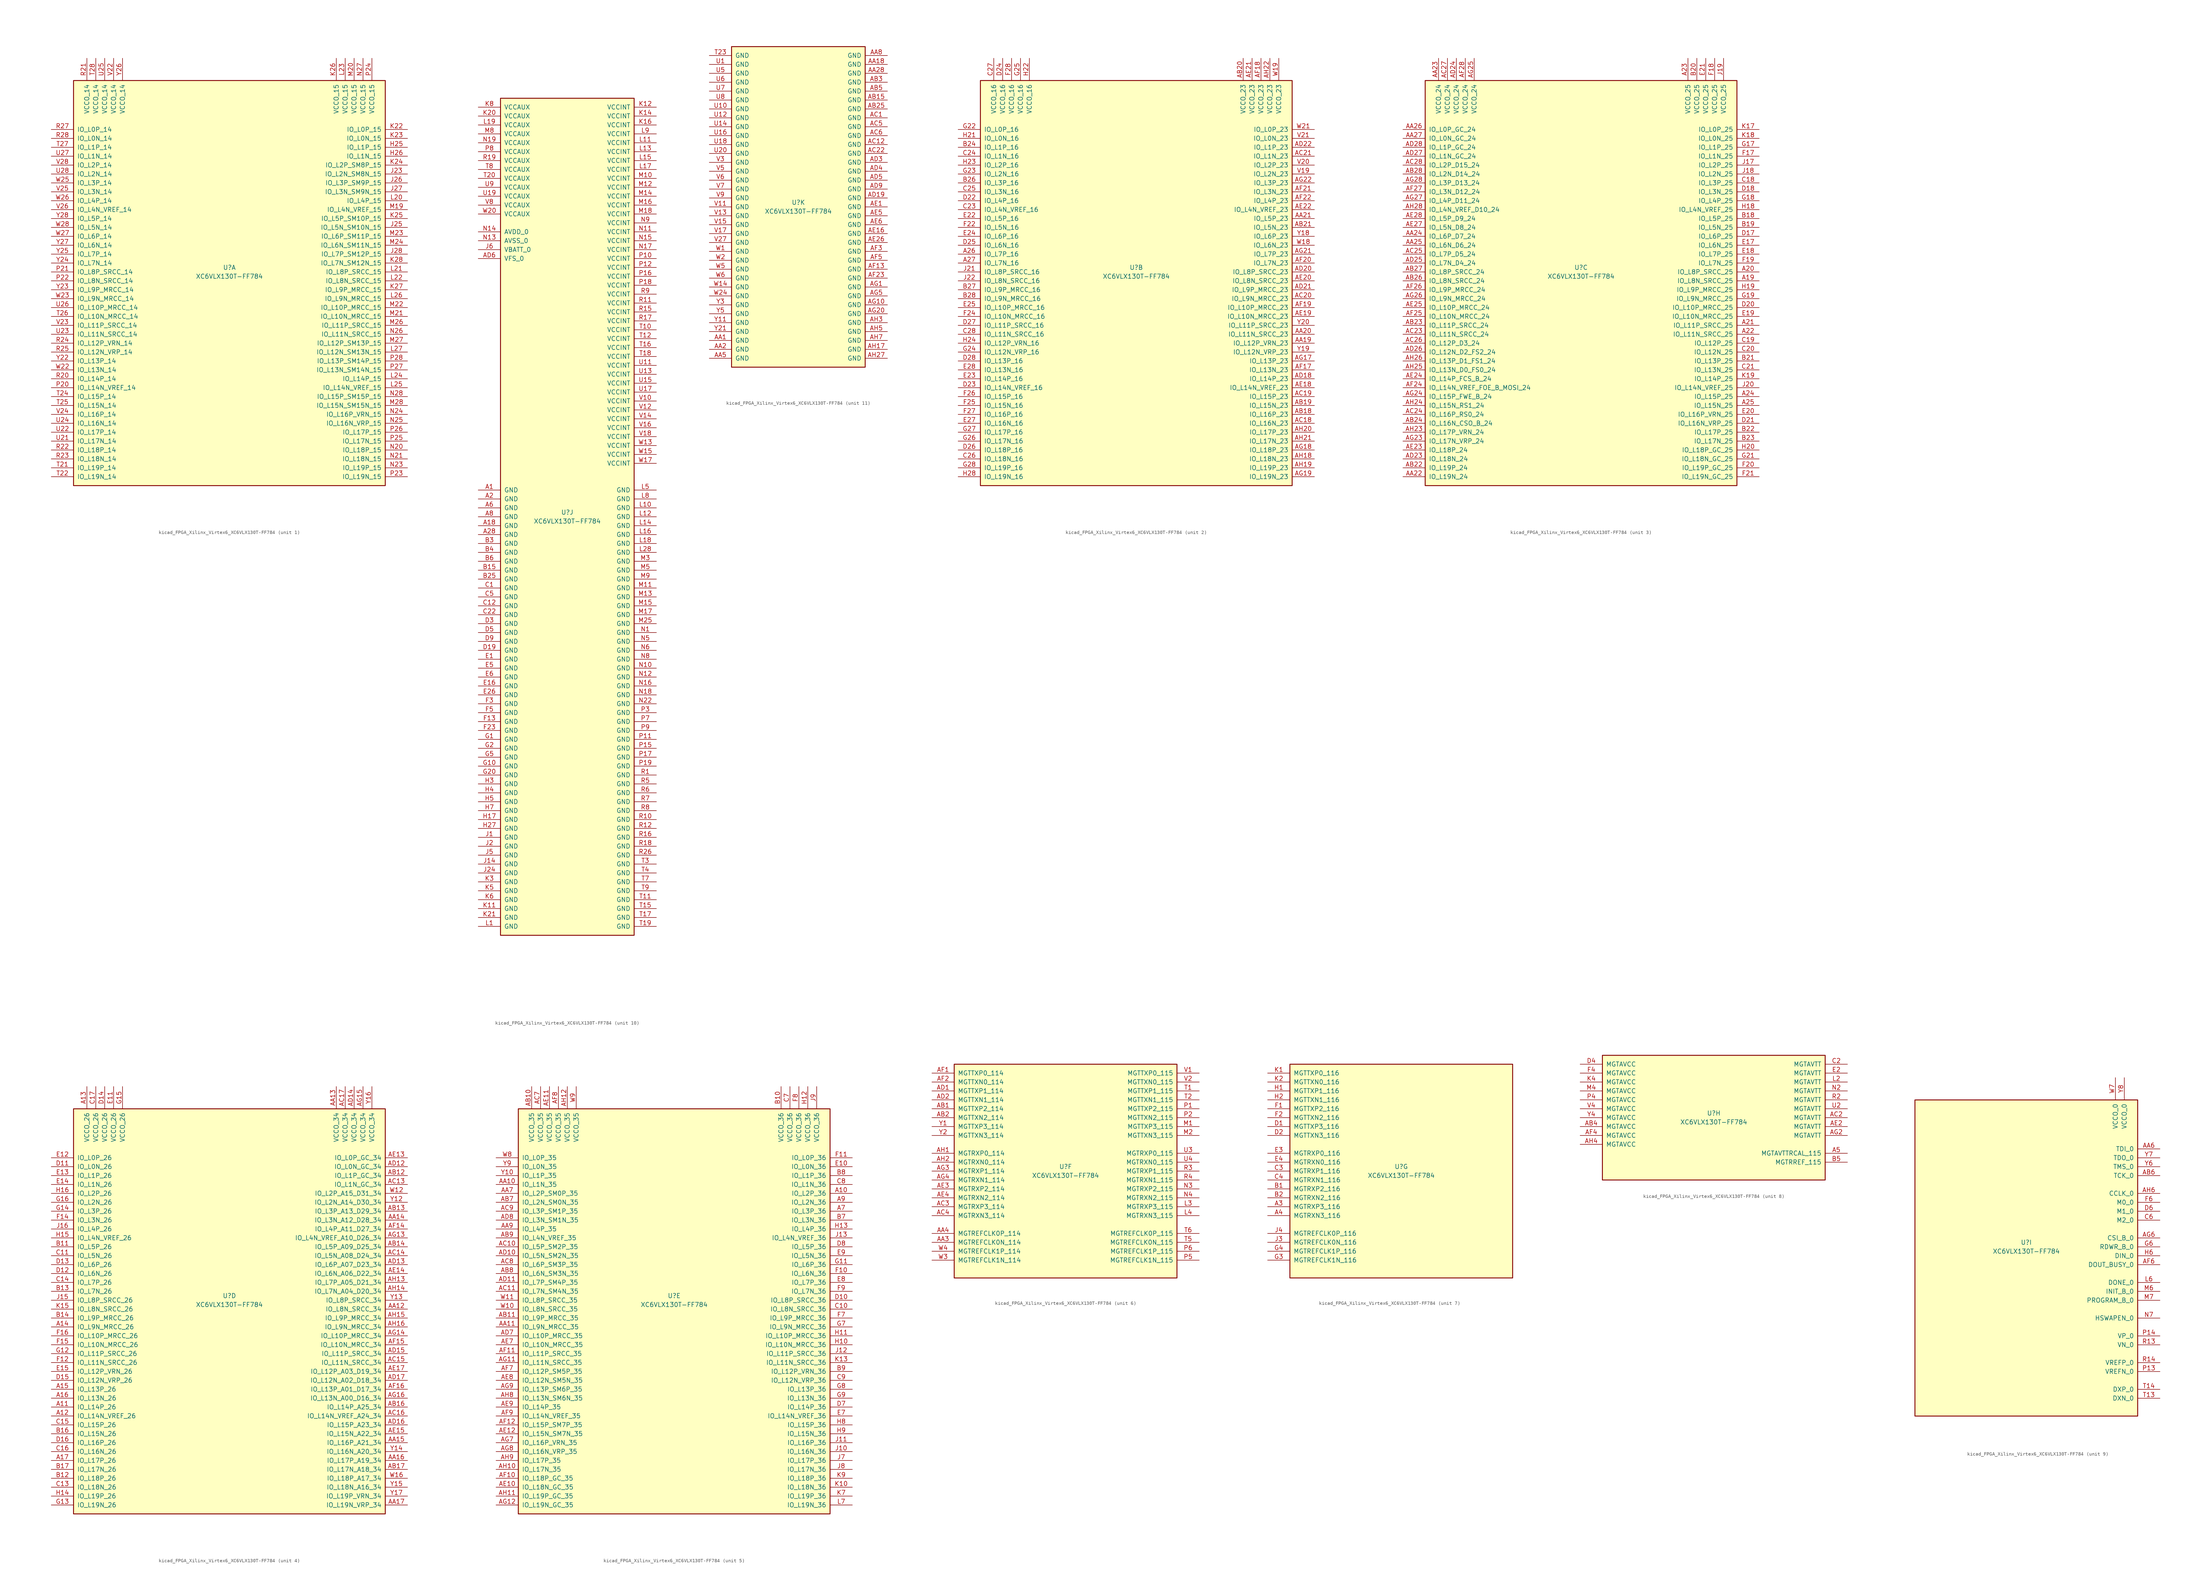
<source format=kicad_sym>
(kicad_symbol_lib
  (version 20220914)
  (generator kicad_symbol_editor)
  (symbol "kicad_FPGA_Xilinx_Virtex6_XC6VLX130T-FF784"
    (pin_names
      (offset 1.016))
    (property "Reference" "U"
      (at 0 1.27 0)
      (effects (font (size 1.27 1.27))))
    (property "Value" "XC6VLX130T-FF784"
      (at 0 -1.27 0)
      (effects (font (size 1.27 1.27))))
    (property "Datasheet" ""
      (at 0 0 0)
      (effects (font (size 1.27 1.27))))
    (property "ki_locked" ""
      (at 0 0 0)
      (effects (font (size 1.27 1.27))))
    (symbol "kicad_FPGA_Xilinx_Virtex6_XC6VLX130T-FF784_1_1"
      (rectangle (start -44.45 54.61) (end 44.45 -60.96) (stroke (width 0.254) (type default)) (fill (type background)))
      (pin bidirectional line (at 50.8 35.56 180) (length 6.35) (name "IO_L1P_15" (effects (font (size 1.27 1.27)))) (number "H25" (effects (font (size 1.27 1.27)))))
      (pin bidirectional line (at 50.8 33.02 180) (length 6.35) (name "IO_L1N_15" (effects (font (size 1.27 1.27)))) (number "H26" (effects (font (size 1.27 1.27)))))
      (pin bidirectional line (at 50.8 27.94 180) (length 6.35) (name "IO_L2N_SM8N_15" (effects (font (size 1.27 1.27)))) (number "J23" (effects (font (size 1.27 1.27)))))
      (pin bidirectional line (at 50.8 12.7 180) (length 6.35) (name "IO_L5N_SM10N_15" (effects (font (size 1.27 1.27)))) (number "J25" (effects (font (size 1.27 1.27)))))
      (pin bidirectional line (at 50.8 25.4 180) (length 6.35) (name "IO_L3P_SM9P_15" (effects (font (size 1.27 1.27)))) (number "J26" (effects (font (size 1.27 1.27)))))
      (pin bidirectional line (at 50.8 22.86 180) (length 6.35) (name "IO_L3N_SM9N_15" (effects (font (size 1.27 1.27)))) (number "J27" (effects (font (size 1.27 1.27)))))
      (pin bidirectional line (at 50.8 5.08 180) (length 6.35) (name "IO_L7P_SM12P_15" (effects (font (size 1.27 1.27)))) (number "J28" (effects (font (size 1.27 1.27)))))
      (pin bidirectional line (at 50.8 40.64 180) (length 6.35) (name "IO_L0P_15" (effects (font (size 1.27 1.27)))) (number "K22" (effects (font (size 1.27 1.27)))))
      (pin bidirectional line (at 50.8 38.1 180) (length 6.35) (name "IO_L0N_15" (effects (font (size 1.27 1.27)))) (number "K23" (effects (font (size 1.27 1.27)))))
      (pin bidirectional line (at 50.8 30.48 180) (length 6.35) (name "IO_L2P_SM8P_15" (effects (font (size 1.27 1.27)))) (number "K24" (effects (font (size 1.27 1.27)))))
      (pin bidirectional line (at 50.8 15.24 180) (length 6.35) (name "IO_L5P_SM10P_15" (effects (font (size 1.27 1.27)))) (number "K25" (effects (font (size 1.27 1.27)))))
      (pin power_in line (at 30.48 60.96 270) (length 6.35) (name "VCCO_15" (effects (font (size 1.27 1.27)))) (number "K26" (effects (font (size 1.27 1.27)))))
      (pin bidirectional line (at 50.8 -5.08 180) (length 6.35) (name "IO_L9P_MRCC_15" (effects (font (size 1.27 1.27)))) (number "K27" (effects (font (size 1.27 1.27)))))
      (pin bidirectional line (at 50.8 2.54 180) (length 6.35) (name "IO_L7N_SM12N_15" (effects (font (size 1.27 1.27)))) (number "K28" (effects (font (size 1.27 1.27)))))
      (pin bidirectional line (at 50.8 20.32 180) (length 6.35) (name "IO_L4P_15" (effects (font (size 1.27 1.27)))) (number "L20" (effects (font (size 1.27 1.27)))))
      (pin bidirectional line (at 50.8 0 180) (length 6.35) (name "IO_L8P_SRCC_15" (effects (font (size 1.27 1.27)))) (number "L21" (effects (font (size 1.27 1.27)))))
      (pin bidirectional line (at 50.8 -2.54 180) (length 6.35) (name "IO_L8N_SRCC_15" (effects (font (size 1.27 1.27)))) (number "L22" (effects (font (size 1.27 1.27)))))
      (pin power_in line (at 33.02 60.96 270) (length 6.35) (name "VCCO_15" (effects (font (size 1.27 1.27)))) (number "L23" (effects (font (size 1.27 1.27)))))
      (pin bidirectional line (at 50.8 -30.48 180) (length 6.35) (name "IO_L14P_15" (effects (font (size 1.27 1.27)))) (number "L24" (effects (font (size 1.27 1.27)))))
      (pin bidirectional line (at 50.8 -33.02 180) (length 6.35) (name "IO_L14N_VREF_15" (effects (font (size 1.27 1.27)))) (number "L25" (effects (font (size 1.27 1.27)))))
      (pin bidirectional line (at 50.8 -7.62 180) (length 6.35) (name "IO_L9N_MRCC_15" (effects (font (size 1.27 1.27)))) (number "L26" (effects (font (size 1.27 1.27)))))
      (pin bidirectional line (at 50.8 -22.86 180) (length 6.35) (name "IO_L12N_SM13N_15" (effects (font (size 1.27 1.27)))) (number "L27" (effects (font (size 1.27 1.27)))))
      (pin bidirectional line (at 50.8 17.78 180) (length 6.35) (name "IO_L4N_VREF_15" (effects (font (size 1.27 1.27)))) (number "M19" (effects (font (size 1.27 1.27)))))
      (pin power_in line (at 35.56 60.96 270) (length 6.35) (name "VCCO_15" (effects (font (size 1.27 1.27)))) (number "M20" (effects (font (size 1.27 1.27)))))
      (pin bidirectional line (at 50.8 -12.7 180) (length 6.35) (name "IO_L10N_MRCC_15" (effects (font (size 1.27 1.27)))) (number "M21" (effects (font (size 1.27 1.27)))))
      (pin bidirectional line (at 50.8 -10.16 180) (length 6.35) (name "IO_L10P_MRCC_15" (effects (font (size 1.27 1.27)))) (number "M22" (effects (font (size 1.27 1.27)))))
      (pin bidirectional line (at 50.8 10.16 180) (length 6.35) (name "IO_L6P_SM11P_15" (effects (font (size 1.27 1.27)))) (number "M23" (effects (font (size 1.27 1.27)))))
      (pin bidirectional line (at 50.8 7.62 180) (length 6.35) (name "IO_L6N_SM11N_15" (effects (font (size 1.27 1.27)))) (number "M24" (effects (font (size 1.27 1.27)))))
      (pin bidirectional line (at 50.8 -15.24 180) (length 6.35) (name "IO_L11P_SRCC_15" (effects (font (size 1.27 1.27)))) (number "M26" (effects (font (size 1.27 1.27)))))
      (pin bidirectional line (at 50.8 -20.32 180) (length 6.35) (name "IO_L12P_SM13P_15" (effects (font (size 1.27 1.27)))) (number "M27" (effects (font (size 1.27 1.27)))))
      (pin bidirectional line (at 50.8 -38.1 180) (length 6.35) (name "IO_L15N_SM15N_15" (effects (font (size 1.27 1.27)))) (number "M28" (effects (font (size 1.27 1.27)))))
      (pin bidirectional line (at 50.8 -50.8 180) (length 6.35) (name "IO_L18P_15" (effects (font (size 1.27 1.27)))) (number "N20" (effects (font (size 1.27 1.27)))))
      (pin bidirectional line (at 50.8 -53.34 180) (length 6.35) (name "IO_L18N_15" (effects (font (size 1.27 1.27)))) (number "N21" (effects (font (size 1.27 1.27)))))
      (pin bidirectional line (at 50.8 -55.88 180) (length 6.35) (name "IO_L19P_15" (effects (font (size 1.27 1.27)))) (number "N23" (effects (font (size 1.27 1.27)))))
      (pin bidirectional line (at 50.8 -40.64 180) (length 6.35) (name "IO_L16P_VRN_15" (effects (font (size 1.27 1.27)))) (number "N24" (effects (font (size 1.27 1.27)))))
      (pin bidirectional line (at 50.8 -43.18 180) (length 6.35) (name "IO_L16N_VRP_15" (effects (font (size 1.27 1.27)))) (number "N25" (effects (font (size 1.27 1.27)))))
      (pin bidirectional line (at 50.8 -17.78 180) (length 6.35) (name "IO_L11N_SRCC_15" (effects (font (size 1.27 1.27)))) (number "N26" (effects (font (size 1.27 1.27)))))
      (pin power_in line (at 38.1 60.96 270) (length 6.35) (name "VCCO_15" (effects (font (size 1.27 1.27)))) (number "N27" (effects (font (size 1.27 1.27)))))
      (pin bidirectional line (at 50.8 -35.56 180) (length 6.35) (name "IO_L15P_SM15P_15" (effects (font (size 1.27 1.27)))) (number "N28" (effects (font (size 1.27 1.27)))))
      (pin bidirectional line (at -50.8 -33.02 0) (length 6.35) (name "IO_L14N_VREF_14" (effects (font (size 1.27 1.27)))) (number "P20" (effects (font (size 1.27 1.27)))))
      (pin bidirectional line (at -50.8 0 0) (length 6.35) (name "IO_L8P_SRCC_14" (effects (font (size 1.27 1.27)))) (number "P21" (effects (font (size 1.27 1.27)))))
      (pin bidirectional line (at -50.8 -2.54 0) (length 6.35) (name "IO_L8N_SRCC_14" (effects (font (size 1.27 1.27)))) (number "P22" (effects (font (size 1.27 1.27)))))
      (pin bidirectional line (at 50.8 -58.42 180) (length 6.35) (name "IO_L19N_15" (effects (font (size 1.27 1.27)))) (number "P23" (effects (font (size 1.27 1.27)))))
      (pin power_in line (at 40.64 60.96 270) (length 6.35) (name "VCCO_15" (effects (font (size 1.27 1.27)))) (number "P24" (effects (font (size 1.27 1.27)))))
      (pin bidirectional line (at 50.8 -48.26 180) (length 6.35) (name "IO_L17N_15" (effects (font (size 1.27 1.27)))) (number "P25" (effects (font (size 1.27 1.27)))))
      (pin bidirectional line (at 50.8 -45.72 180) (length 6.35) (name "IO_L17P_15" (effects (font (size 1.27 1.27)))) (number "P26" (effects (font (size 1.27 1.27)))))
      (pin bidirectional line (at 50.8 -27.94 180) (length 6.35) (name "IO_L13N_SM14N_15" (effects (font (size 1.27 1.27)))) (number "P27" (effects (font (size 1.27 1.27)))))
      (pin bidirectional line (at 50.8 -25.4 180) (length 6.35) (name "IO_L13P_SM14P_15" (effects (font (size 1.27 1.27)))) (number "P28" (effects (font (size 1.27 1.27)))))
      (pin bidirectional line (at -50.8 -30.48 0) (length 6.35) (name "IO_L14P_14" (effects (font (size 1.27 1.27)))) (number "R20" (effects (font (size 1.27 1.27)))))
      (pin power_in line (at -40.64 60.96 270) (length 6.35) (name "VCCO_14" (effects (font (size 1.27 1.27)))) (number "R21" (effects (font (size 1.27 1.27)))))
      (pin bidirectional line (at -50.8 -50.8 0) (length 6.35) (name "IO_L18P_14" (effects (font (size 1.27 1.27)))) (number "R22" (effects (font (size 1.27 1.27)))))
      (pin bidirectional line (at -50.8 -53.34 0) (length 6.35) (name "IO_L18N_14" (effects (font (size 1.27 1.27)))) (number "R23" (effects (font (size 1.27 1.27)))))
      (pin bidirectional line (at -50.8 -20.32 0) (length 6.35) (name "IO_L12P_VRN_14" (effects (font (size 1.27 1.27)))) (number "R24" (effects (font (size 1.27 1.27)))))
      (pin bidirectional line (at -50.8 -22.86 0) (length 6.35) (name "IO_L12N_VRP_14" (effects (font (size 1.27 1.27)))) (number "R25" (effects (font (size 1.27 1.27)))))
      (pin bidirectional line (at -50.8 40.64 0) (length 6.35) (name "IO_L0P_14" (effects (font (size 1.27 1.27)))) (number "R27" (effects (font (size 1.27 1.27)))))
      (pin bidirectional line (at -50.8 38.1 0) (length 6.35) (name "IO_L0N_14" (effects (font (size 1.27 1.27)))) (number "R28" (effects (font (size 1.27 1.27)))))
      (pin bidirectional line (at -50.8 -55.88 0) (length 6.35) (name "IO_L19P_14" (effects (font (size 1.27 1.27)))) (number "T21" (effects (font (size 1.27 1.27)))))
      (pin bidirectional line (at -50.8 -58.42 0) (length 6.35) (name "IO_L19N_14" (effects (font (size 1.27 1.27)))) (number "T22" (effects (font (size 1.27 1.27)))))
      (pin bidirectional line (at -50.8 -35.56 0) (length 6.35) (name "IO_L15P_14" (effects (font (size 1.27 1.27)))) (number "T24" (effects (font (size 1.27 1.27)))))
      (pin bidirectional line (at -50.8 -38.1 0) (length 6.35) (name "IO_L15N_14" (effects (font (size 1.27 1.27)))) (number "T25" (effects (font (size 1.27 1.27)))))
      (pin bidirectional line (at -50.8 -12.7 0) (length 6.35) (name "IO_L10N_MRCC_14" (effects (font (size 1.27 1.27)))) (number "T26" (effects (font (size 1.27 1.27)))))
      (pin bidirectional line (at -50.8 35.56 0) (length 6.35) (name "IO_L1P_14" (effects (font (size 1.27 1.27)))) (number "T27" (effects (font (size 1.27 1.27)))))
      (pin power_in line (at -38.1 60.96 270) (length 6.35) (name "VCCO_14" (effects (font (size 1.27 1.27)))) (number "T28" (effects (font (size 1.27 1.27)))))
      (pin bidirectional line (at -50.8 -48.26 0) (length 6.35) (name "IO_L17N_14" (effects (font (size 1.27 1.27)))) (number "U21" (effects (font (size 1.27 1.27)))))
      (pin bidirectional line (at -50.8 -45.72 0) (length 6.35) (name "IO_L17P_14" (effects (font (size 1.27 1.27)))) (number "U22" (effects (font (size 1.27 1.27)))))
      (pin bidirectional line (at -50.8 -17.78 0) (length 6.35) (name "IO_L11N_SRCC_14" (effects (font (size 1.27 1.27)))) (number "U23" (effects (font (size 1.27 1.27)))))
      (pin bidirectional line (at -50.8 -43.18 0) (length 6.35) (name "IO_L16N_14" (effects (font (size 1.27 1.27)))) (number "U24" (effects (font (size 1.27 1.27)))))
      (pin power_in line (at -35.56 60.96 270) (length 6.35) (name "VCCO_14" (effects (font (size 1.27 1.27)))) (number "U25" (effects (font (size 1.27 1.27)))))
      (pin bidirectional line (at -50.8 -10.16 0) (length 6.35) (name "IO_L10P_MRCC_14" (effects (font (size 1.27 1.27)))) (number "U26" (effects (font (size 1.27 1.27)))))
      (pin bidirectional line (at -50.8 33.02 0) (length 6.35) (name "IO_L1N_14" (effects (font (size 1.27 1.27)))) (number "U27" (effects (font (size 1.27 1.27)))))
      (pin bidirectional line (at -50.8 27.94 0) (length 6.35) (name "IO_L2N_14" (effects (font (size 1.27 1.27)))) (number "U28" (effects (font (size 1.27 1.27)))))
      (pin power_in line (at -33.02 60.96 270) (length 6.35) (name "VCCO_14" (effects (font (size 1.27 1.27)))) (number "V22" (effects (font (size 1.27 1.27)))))
      (pin bidirectional line (at -50.8 -15.24 0) (length 6.35) (name "IO_L11P_SRCC_14" (effects (font (size 1.27 1.27)))) (number "V23" (effects (font (size 1.27 1.27)))))
      (pin bidirectional line (at -50.8 -40.64 0) (length 6.35) (name "IO_L16P_14" (effects (font (size 1.27 1.27)))) (number "V24" (effects (font (size 1.27 1.27)))))
      (pin bidirectional line (at -50.8 22.86 0) (length 6.35) (name "IO_L3N_14" (effects (font (size 1.27 1.27)))) (number "V25" (effects (font (size 1.27 1.27)))))
      (pin bidirectional line (at -50.8 17.78 0) (length 6.35) (name "IO_L4N_VREF_14" (effects (font (size 1.27 1.27)))) (number "V26" (effects (font (size 1.27 1.27)))))
      (pin bidirectional line (at -50.8 30.48 0) (length 6.35) (name "IO_L2P_14" (effects (font (size 1.27 1.27)))) (number "V28" (effects (font (size 1.27 1.27)))))
      (pin bidirectional line (at -50.8 -27.94 0) (length 6.35) (name "IO_L13N_14" (effects (font (size 1.27 1.27)))) (number "W22" (effects (font (size 1.27 1.27)))))
      (pin bidirectional line (at -50.8 -7.62 0) (length 6.35) (name "IO_L9N_MRCC_14" (effects (font (size 1.27 1.27)))) (number "W23" (effects (font (size 1.27 1.27)))))
      (pin bidirectional line (at -50.8 25.4 0) (length 6.35) (name "IO_L3P_14" (effects (font (size 1.27 1.27)))) (number "W25" (effects (font (size 1.27 1.27)))))
      (pin bidirectional line (at -50.8 20.32 0) (length 6.35) (name "IO_L4P_14" (effects (font (size 1.27 1.27)))) (number "W26" (effects (font (size 1.27 1.27)))))
      (pin bidirectional line (at -50.8 10.16 0) (length 6.35) (name "IO_L6P_14" (effects (font (size 1.27 1.27)))) (number "W27" (effects (font (size 1.27 1.27)))))
      (pin bidirectional line (at -50.8 12.7 0) (length 6.35) (name "IO_L5N_14" (effects (font (size 1.27 1.27)))) (number "W28" (effects (font (size 1.27 1.27)))))
      (pin bidirectional line (at -50.8 -25.4 0) (length 6.35) (name "IO_L13P_14" (effects (font (size 1.27 1.27)))) (number "Y22" (effects (font (size 1.27 1.27)))))
      (pin bidirectional line (at -50.8 -5.08 0) (length 6.35) (name "IO_L9P_MRCC_14" (effects (font (size 1.27 1.27)))) (number "Y23" (effects (font (size 1.27 1.27)))))
      (pin bidirectional line (at -50.8 2.54 0) (length 6.35) (name "IO_L7N_14" (effects (font (size 1.27 1.27)))) (number "Y24" (effects (font (size 1.27 1.27)))))
      (pin bidirectional line (at -50.8 5.08 0) (length 6.35) (name "IO_L7P_14" (effects (font (size 1.27 1.27)))) (number "Y25" (effects (font (size 1.27 1.27)))))
      (pin power_in line (at -30.48 60.96 270) (length 6.35) (name "VCCO_14" (effects (font (size 1.27 1.27)))) (number "Y26" (effects (font (size 1.27 1.27)))))
      (pin bidirectional line (at -50.8 7.62 0) (length 6.35) (name "IO_L6N_14" (effects (font (size 1.27 1.27)))) (number "Y27" (effects (font (size 1.27 1.27)))))
      (pin bidirectional line (at -50.8 15.24 0) (length 6.35) (name "IO_L5P_14" (effects (font (size 1.27 1.27)))) (number "Y28" (effects (font (size 1.27 1.27))))))
    (symbol "kicad_FPGA_Xilinx_Virtex6_XC6VLX130T-FF784_2_1"
      (rectangle (start -44.45 54.61) (end 44.45 -60.96) (stroke (width 0.254) (type default)) (fill (type background)))
      (pin bidirectional line (at -50.8 5.08 0) (length 6.35) (name "IO_L7P_16" (effects (font (size 1.27 1.27)))) (number "A26" (effects (font (size 1.27 1.27)))))
      (pin bidirectional line (at -50.8 2.54 0) (length 6.35) (name "IO_L7N_16" (effects (font (size 1.27 1.27)))) (number "A27" (effects (font (size 1.27 1.27)))))
      (pin bidirectional line (at 50.8 -20.32 180) (length 6.35) (name "IO_L12P_VRN_23" (effects (font (size 1.27 1.27)))) (number "AA19" (effects (font (size 1.27 1.27)))))
      (pin bidirectional line (at 50.8 -17.78 180) (length 6.35) (name "IO_L11N_SRCC_23" (effects (font (size 1.27 1.27)))) (number "AA20" (effects (font (size 1.27 1.27)))))
      (pin bidirectional line (at 50.8 15.24 180) (length 6.35) (name "IO_L5P_23" (effects (font (size 1.27 1.27)))) (number "AA21" (effects (font (size 1.27 1.27)))))
      (pin bidirectional line (at 50.8 -40.64 180) (length 6.35) (name "IO_L16P_23" (effects (font (size 1.27 1.27)))) (number "AB18" (effects (font (size 1.27 1.27)))))
      (pin bidirectional line (at 50.8 -38.1 180) (length 6.35) (name "IO_L15N_23" (effects (font (size 1.27 1.27)))) (number "AB19" (effects (font (size 1.27 1.27)))))
      (pin power_in line (at 30.48 60.96 270) (length 6.35) (name "VCCO_23" (effects (font (size 1.27 1.27)))) (number "AB20" (effects (font (size 1.27 1.27)))))
      (pin bidirectional line (at 50.8 12.7 180) (length 6.35) (name "IO_L5N_23" (effects (font (size 1.27 1.27)))) (number "AB21" (effects (font (size 1.27 1.27)))))
      (pin bidirectional line (at 50.8 -43.18 180) (length 6.35) (name "IO_L16N_23" (effects (font (size 1.27 1.27)))) (number "AC18" (effects (font (size 1.27 1.27)))))
      (pin bidirectional line (at 50.8 -35.56 180) (length 6.35) (name "IO_L15P_23" (effects (font (size 1.27 1.27)))) (number "AC19" (effects (font (size 1.27 1.27)))))
      (pin bidirectional line (at 50.8 -7.62 180) (length 6.35) (name "IO_L9N_MRCC_23" (effects (font (size 1.27 1.27)))) (number "AC20" (effects (font (size 1.27 1.27)))))
      (pin bidirectional line (at 50.8 33.02 180) (length 6.35) (name "IO_L1N_23" (effects (font (size 1.27 1.27)))) (number "AC21" (effects (font (size 1.27 1.27)))))
      (pin bidirectional line (at 50.8 -30.48 180) (length 6.35) (name "IO_L14P_23" (effects (font (size 1.27 1.27)))) (number "AD18" (effects (font (size 1.27 1.27)))))
      (pin bidirectional line (at 50.8 0 180) (length 6.35) (name "IO_L8P_SRCC_23" (effects (font (size 1.27 1.27)))) (number "AD20" (effects (font (size 1.27 1.27)))))
      (pin bidirectional line (at 50.8 -5.08 180) (length 6.35) (name "IO_L9P_MRCC_23" (effects (font (size 1.27 1.27)))) (number "AD21" (effects (font (size 1.27 1.27)))))
      (pin bidirectional line (at 50.8 35.56 180) (length 6.35) (name "IO_L1P_23" (effects (font (size 1.27 1.27)))) (number "AD22" (effects (font (size 1.27 1.27)))))
      (pin bidirectional line (at 50.8 -33.02 180) (length 6.35) (name "IO_L14N_VREF_23" (effects (font (size 1.27 1.27)))) (number "AE18" (effects (font (size 1.27 1.27)))))
      (pin bidirectional line (at 50.8 -12.7 180) (length 6.35) (name "IO_L10N_MRCC_23" (effects (font (size 1.27 1.27)))) (number "AE19" (effects (font (size 1.27 1.27)))))
      (pin bidirectional line (at 50.8 -2.54 180) (length 6.35) (name "IO_L8N_SRCC_23" (effects (font (size 1.27 1.27)))) (number "AE20" (effects (font (size 1.27 1.27)))))
      (pin power_in line (at 33.02 60.96 270) (length 6.35) (name "VCCO_23" (effects (font (size 1.27 1.27)))) (number "AE21" (effects (font (size 1.27 1.27)))))
      (pin bidirectional line (at 50.8 17.78 180) (length 6.35) (name "IO_L4N_VREF_23" (effects (font (size 1.27 1.27)))) (number "AE22" (effects (font (size 1.27 1.27)))))
      (pin bidirectional line (at 50.8 -27.94 180) (length 6.35) (name "IO_L13N_23" (effects (font (size 1.27 1.27)))) (number "AF17" (effects (font (size 1.27 1.27)))))
      (pin power_in line (at 35.56 60.96 270) (length 6.35) (name "VCCO_23" (effects (font (size 1.27 1.27)))) (number "AF18" (effects (font (size 1.27 1.27)))))
      (pin bidirectional line (at 50.8 -10.16 180) (length 6.35) (name "IO_L10P_MRCC_23" (effects (font (size 1.27 1.27)))) (number "AF19" (effects (font (size 1.27 1.27)))))
      (pin bidirectional line (at 50.8 2.54 180) (length 6.35) (name "IO_L7N_23" (effects (font (size 1.27 1.27)))) (number "AF20" (effects (font (size 1.27 1.27)))))
      (pin bidirectional line (at 50.8 22.86 180) (length 6.35) (name "IO_L3N_23" (effects (font (size 1.27 1.27)))) (number "AF21" (effects (font (size 1.27 1.27)))))
      (pin bidirectional line (at 50.8 20.32 180) (length 6.35) (name "IO_L4P_23" (effects (font (size 1.27 1.27)))) (number "AF22" (effects (font (size 1.27 1.27)))))
      (pin bidirectional line (at 50.8 -25.4 180) (length 6.35) (name "IO_L13P_23" (effects (font (size 1.27 1.27)))) (number "AG17" (effects (font (size 1.27 1.27)))))
      (pin bidirectional line (at 50.8 -50.8 180) (length 6.35) (name "IO_L18P_23" (effects (font (size 1.27 1.27)))) (number "AG18" (effects (font (size 1.27 1.27)))))
      (pin bidirectional line (at 50.8 -58.42 180) (length 6.35) (name "IO_L19N_23" (effects (font (size 1.27 1.27)))) (number "AG19" (effects (font (size 1.27 1.27)))))
      (pin bidirectional line (at 50.8 5.08 180) (length 6.35) (name "IO_L7P_23" (effects (font (size 1.27 1.27)))) (number "AG21" (effects (font (size 1.27 1.27)))))
      (pin bidirectional line (at 50.8 25.4 180) (length 6.35) (name "IO_L3P_23" (effects (font (size 1.27 1.27)))) (number "AG22" (effects (font (size 1.27 1.27)))))
      (pin bidirectional line (at 50.8 -53.34 180) (length 6.35) (name "IO_L18N_23" (effects (font (size 1.27 1.27)))) (number "AH18" (effects (font (size 1.27 1.27)))))
      (pin bidirectional line (at 50.8 -55.88 180) (length 6.35) (name "IO_L19P_23" (effects (font (size 1.27 1.27)))) (number "AH19" (effects (font (size 1.27 1.27)))))
      (pin bidirectional line (at 50.8 -45.72 180) (length 6.35) (name "IO_L17P_23" (effects (font (size 1.27 1.27)))) (number "AH20" (effects (font (size 1.27 1.27)))))
      (pin bidirectional line (at 50.8 -48.26 180) (length 6.35) (name "IO_L17N_23" (effects (font (size 1.27 1.27)))) (number "AH21" (effects (font (size 1.27 1.27)))))
      (pin power_in line (at 38.1 60.96 270) (length 6.35) (name "VCCO_23" (effects (font (size 1.27 1.27)))) (number "AH22" (effects (font (size 1.27 1.27)))))
      (pin bidirectional line (at -50.8 35.56 0) (length 6.35) (name "IO_L1P_16" (effects (font (size 1.27 1.27)))) (number "B24" (effects (font (size 1.27 1.27)))))
      (pin bidirectional line (at -50.8 25.4 0) (length 6.35) (name "IO_L3P_16" (effects (font (size 1.27 1.27)))) (number "B26" (effects (font (size 1.27 1.27)))))
      (pin bidirectional line (at -50.8 -5.08 0) (length 6.35) (name "IO_L9P_MRCC_16" (effects (font (size 1.27 1.27)))) (number "B27" (effects (font (size 1.27 1.27)))))
      (pin bidirectional line (at -50.8 -7.62 0) (length 6.35) (name "IO_L9N_MRCC_16" (effects (font (size 1.27 1.27)))) (number "B28" (effects (font (size 1.27 1.27)))))
      (pin bidirectional line (at -50.8 17.78 0) (length 6.35) (name "IO_L4N_VREF_16" (effects (font (size 1.27 1.27)))) (number "C23" (effects (font (size 1.27 1.27)))))
      (pin bidirectional line (at -50.8 33.02 0) (length 6.35) (name "IO_L1N_16" (effects (font (size 1.27 1.27)))) (number "C24" (effects (font (size 1.27 1.27)))))
      (pin bidirectional line (at -50.8 22.86 0) (length 6.35) (name "IO_L3N_16" (effects (font (size 1.27 1.27)))) (number "C25" (effects (font (size 1.27 1.27)))))
      (pin bidirectional line (at -50.8 -53.34 0) (length 6.35) (name "IO_L18N_16" (effects (font (size 1.27 1.27)))) (number "C26" (effects (font (size 1.27 1.27)))))
      (pin power_in line (at -40.64 60.96 270) (length 6.35) (name "VCCO_16" (effects (font (size 1.27 1.27)))) (number "C27" (effects (font (size 1.27 1.27)))))
      (pin bidirectional line (at -50.8 -17.78 0) (length 6.35) (name "IO_L11N_SRCC_16" (effects (font (size 1.27 1.27)))) (number "C28" (effects (font (size 1.27 1.27)))))
      (pin bidirectional line (at -50.8 20.32 0) (length 6.35) (name "IO_L4P_16" (effects (font (size 1.27 1.27)))) (number "D22" (effects (font (size 1.27 1.27)))))
      (pin bidirectional line (at -50.8 -33.02 0) (length 6.35) (name "IO_L14N_VREF_16" (effects (font (size 1.27 1.27)))) (number "D23" (effects (font (size 1.27 1.27)))))
      (pin power_in line (at -38.1 60.96 270) (length 6.35) (name "VCCO_16" (effects (font (size 1.27 1.27)))) (number "D24" (effects (font (size 1.27 1.27)))))
      (pin bidirectional line (at -50.8 7.62 0) (length 6.35) (name "IO_L6N_16" (effects (font (size 1.27 1.27)))) (number "D25" (effects (font (size 1.27 1.27)))))
      (pin bidirectional line (at -50.8 -50.8 0) (length 6.35) (name "IO_L18P_16" (effects (font (size 1.27 1.27)))) (number "D26" (effects (font (size 1.27 1.27)))))
      (pin bidirectional line (at -50.8 -15.24 0) (length 6.35) (name "IO_L11P_SRCC_16" (effects (font (size 1.27 1.27)))) (number "D27" (effects (font (size 1.27 1.27)))))
      (pin bidirectional line (at -50.8 -25.4 0) (length 6.35) (name "IO_L13P_16" (effects (font (size 1.27 1.27)))) (number "D28" (effects (font (size 1.27 1.27)))))
      (pin bidirectional line (at -50.8 15.24 0) (length 6.35) (name "IO_L5P_16" (effects (font (size 1.27 1.27)))) (number "E22" (effects (font (size 1.27 1.27)))))
      (pin bidirectional line (at -50.8 -30.48 0) (length 6.35) (name "IO_L14P_16" (effects (font (size 1.27 1.27)))) (number "E23" (effects (font (size 1.27 1.27)))))
      (pin bidirectional line (at -50.8 10.16 0) (length 6.35) (name "IO_L6P_16" (effects (font (size 1.27 1.27)))) (number "E24" (effects (font (size 1.27 1.27)))))
      (pin bidirectional line (at -50.8 -10.16 0) (length 6.35) (name "IO_L10P_MRCC_16" (effects (font (size 1.27 1.27)))) (number "E25" (effects (font (size 1.27 1.27)))))
      (pin bidirectional line (at -50.8 -43.18 0) (length 6.35) (name "IO_L16N_16" (effects (font (size 1.27 1.27)))) (number "E27" (effects (font (size 1.27 1.27)))))
      (pin bidirectional line (at -50.8 -27.94 0) (length 6.35) (name "IO_L13N_16" (effects (font (size 1.27 1.27)))) (number "E28" (effects (font (size 1.27 1.27)))))
      (pin bidirectional line (at -50.8 12.7 0) (length 6.35) (name "IO_L5N_16" (effects (font (size 1.27 1.27)))) (number "F22" (effects (font (size 1.27 1.27)))))
      (pin bidirectional line (at -50.8 -12.7 0) (length 6.35) (name "IO_L10N_MRCC_16" (effects (font (size 1.27 1.27)))) (number "F24" (effects (font (size 1.27 1.27)))))
      (pin bidirectional line (at -50.8 -38.1 0) (length 6.35) (name "IO_L15N_16" (effects (font (size 1.27 1.27)))) (number "F25" (effects (font (size 1.27 1.27)))))
      (pin bidirectional line (at -50.8 -35.56 0) (length 6.35) (name "IO_L15P_16" (effects (font (size 1.27 1.27)))) (number "F26" (effects (font (size 1.27 1.27)))))
      (pin bidirectional line (at -50.8 -40.64 0) (length 6.35) (name "IO_L16P_16" (effects (font (size 1.27 1.27)))) (number "F27" (effects (font (size 1.27 1.27)))))
      (pin power_in line (at -35.56 60.96 270) (length 6.35) (name "VCCO_16" (effects (font (size 1.27 1.27)))) (number "F28" (effects (font (size 1.27 1.27)))))
      (pin bidirectional line (at -50.8 40.64 0) (length 6.35) (name "IO_L0P_16" (effects (font (size 1.27 1.27)))) (number "G22" (effects (font (size 1.27 1.27)))))
      (pin bidirectional line (at -50.8 27.94 0) (length 6.35) (name "IO_L2N_16" (effects (font (size 1.27 1.27)))) (number "G23" (effects (font (size 1.27 1.27)))))
      (pin bidirectional line (at -50.8 -22.86 0) (length 6.35) (name "IO_L12N_VRP_16" (effects (font (size 1.27 1.27)))) (number "G24" (effects (font (size 1.27 1.27)))))
      (pin power_in line (at -33.02 60.96 270) (length 6.35) (name "VCCO_16" (effects (font (size 1.27 1.27)))) (number "G25" (effects (font (size 1.27 1.27)))))
      (pin bidirectional line (at -50.8 -48.26 0) (length 6.35) (name "IO_L17N_16" (effects (font (size 1.27 1.27)))) (number "G26" (effects (font (size 1.27 1.27)))))
      (pin bidirectional line (at -50.8 -45.72 0) (length 6.35) (name "IO_L17P_16" (effects (font (size 1.27 1.27)))) (number "G27" (effects (font (size 1.27 1.27)))))
      (pin bidirectional line (at -50.8 -55.88 0) (length 6.35) (name "IO_L19P_16" (effects (font (size 1.27 1.27)))) (number "G28" (effects (font (size 1.27 1.27)))))
      (pin bidirectional line (at -50.8 38.1 0) (length 6.35) (name "IO_L0N_16" (effects (font (size 1.27 1.27)))) (number "H21" (effects (font (size 1.27 1.27)))))
      (pin power_in line (at -30.48 60.96 270) (length 6.35) (name "VCCO_16" (effects (font (size 1.27 1.27)))) (number "H22" (effects (font (size 1.27 1.27)))))
      (pin bidirectional line (at -50.8 30.48 0) (length 6.35) (name "IO_L2P_16" (effects (font (size 1.27 1.27)))) (number "H23" (effects (font (size 1.27 1.27)))))
      (pin bidirectional line (at -50.8 -20.32 0) (length 6.35) (name "IO_L12P_VRN_16" (effects (font (size 1.27 1.27)))) (number "H24" (effects (font (size 1.27 1.27)))))
      (pin bidirectional line (at -50.8 -58.42 0) (length 6.35) (name "IO_L19N_16" (effects (font (size 1.27 1.27)))) (number "H28" (effects (font (size 1.27 1.27)))))
      (pin bidirectional line (at -50.8 0 0) (length 6.35) (name "IO_L8P_SRCC_16" (effects (font (size 1.27 1.27)))) (number "J21" (effects (font (size 1.27 1.27)))))
      (pin bidirectional line (at -50.8 -2.54 0) (length 6.35) (name "IO_L8N_SRCC_16" (effects (font (size 1.27 1.27)))) (number "J22" (effects (font (size 1.27 1.27)))))
      (pin bidirectional line (at 50.8 27.94 180) (length 6.35) (name "IO_L2N_23" (effects (font (size 1.27 1.27)))) (number "V19" (effects (font (size 1.27 1.27)))))
      (pin bidirectional line (at 50.8 30.48 180) (length 6.35) (name "IO_L2P_23" (effects (font (size 1.27 1.27)))) (number "V20" (effects (font (size 1.27 1.27)))))
      (pin bidirectional line (at 50.8 38.1 180) (length 6.35) (name "IO_L0N_23" (effects (font (size 1.27 1.27)))) (number "V21" (effects (font (size 1.27 1.27)))))
      (pin bidirectional line (at 50.8 7.62 180) (length 6.35) (name "IO_L6N_23" (effects (font (size 1.27 1.27)))) (number "W18" (effects (font (size 1.27 1.27)))))
      (pin power_in line (at 40.64 60.96 270) (length 6.35) (name "VCCO_23" (effects (font (size 1.27 1.27)))) (number "W19" (effects (font (size 1.27 1.27)))))
      (pin bidirectional line (at 50.8 40.64 180) (length 6.35) (name "IO_L0P_23" (effects (font (size 1.27 1.27)))) (number "W21" (effects (font (size 1.27 1.27)))))
      (pin bidirectional line (at 50.8 10.16 180) (length 6.35) (name "IO_L6P_23" (effects (font (size 1.27 1.27)))) (number "Y18" (effects (font (size 1.27 1.27)))))
      (pin bidirectional line (at 50.8 -22.86 180) (length 6.35) (name "IO_L12N_VRP_23" (effects (font (size 1.27 1.27)))) (number "Y19" (effects (font (size 1.27 1.27)))))
      (pin bidirectional line (at 50.8 -15.24 180) (length 6.35) (name "IO_L11P_SRCC_23" (effects (font (size 1.27 1.27)))) (number "Y20" (effects (font (size 1.27 1.27))))))
    (symbol "kicad_FPGA_Xilinx_Virtex6_XC6VLX130T-FF784_3_1"
      (rectangle (start -44.45 54.61) (end 44.45 -60.96) (stroke (width 0.254) (type default)) (fill (type background)))
      (pin bidirectional line (at 50.8 -2.54 180) (length 6.35) (name "IO_L8N_SRCC_25" (effects (font (size 1.27 1.27)))) (number "A19" (effects (font (size 1.27 1.27)))))
      (pin bidirectional line (at 50.8 0 180) (length 6.35) (name "IO_L8P_SRCC_25" (effects (font (size 1.27 1.27)))) (number "A20" (effects (font (size 1.27 1.27)))))
      (pin bidirectional line (at 50.8 -15.24 180) (length 6.35) (name "IO_L11P_SRCC_25" (effects (font (size 1.27 1.27)))) (number "A21" (effects (font (size 1.27 1.27)))))
      (pin bidirectional line (at 50.8 -17.78 180) (length 6.35) (name "IO_L11N_SRCC_25" (effects (font (size 1.27 1.27)))) (number "A22" (effects (font (size 1.27 1.27)))))
      (pin power_in line (at 30.48 60.96 270) (length 6.35) (name "VCCO_25" (effects (font (size 1.27 1.27)))) (number "A23" (effects (font (size 1.27 1.27)))))
      (pin bidirectional line (at 50.8 -35.56 180) (length 6.35) (name "IO_L15P_25" (effects (font (size 1.27 1.27)))) (number "A24" (effects (font (size 1.27 1.27)))))
      (pin bidirectional line (at 50.8 -38.1 180) (length 6.35) (name "IO_L15N_25" (effects (font (size 1.27 1.27)))) (number "A25" (effects (font (size 1.27 1.27)))))
      (pin bidirectional line (at -50.8 -58.42 0) (length 6.35) (name "IO_L19N_24" (effects (font (size 1.27 1.27)))) (number "AA22" (effects (font (size 1.27 1.27)))))
      (pin power_in line (at -40.64 60.96 270) (length 6.35) (name "VCCO_24" (effects (font (size 1.27 1.27)))) (number "AA23" (effects (font (size 1.27 1.27)))))
      (pin bidirectional line (at -50.8 10.16 0) (length 6.35) (name "IO_L6P_D7_24" (effects (font (size 1.27 1.27)))) (number "AA24" (effects (font (size 1.27 1.27)))))
      (pin bidirectional line (at -50.8 7.62 0) (length 6.35) (name "IO_L6N_D6_24" (effects (font (size 1.27 1.27)))) (number "AA25" (effects (font (size 1.27 1.27)))))
      (pin bidirectional line (at -50.8 40.64 0) (length 6.35) (name "IO_L0P_GC_24" (effects (font (size 1.27 1.27)))) (number "AA26" (effects (font (size 1.27 1.27)))))
      (pin bidirectional line (at -50.8 38.1 0) (length 6.35) (name "IO_L0N_GC_24" (effects (font (size 1.27 1.27)))) (number "AA27" (effects (font (size 1.27 1.27)))))
      (pin bidirectional line (at -50.8 -55.88 0) (length 6.35) (name "IO_L19P_24" (effects (font (size 1.27 1.27)))) (number "AB22" (effects (font (size 1.27 1.27)))))
      (pin bidirectional line (at -50.8 -15.24 0) (length 6.35) (name "IO_L11P_SRCC_24" (effects (font (size 1.27 1.27)))) (number "AB23" (effects (font (size 1.27 1.27)))))
      (pin bidirectional line (at -50.8 -43.18 0) (length 6.35) (name "IO_L16N_CSO_B_24" (effects (font (size 1.27 1.27)))) (number "AB24" (effects (font (size 1.27 1.27)))))
      (pin bidirectional line (at -50.8 -2.54 0) (length 6.35) (name "IO_L8N_SRCC_24" (effects (font (size 1.27 1.27)))) (number "AB26" (effects (font (size 1.27 1.27)))))
      (pin bidirectional line (at -50.8 0 0) (length 6.35) (name "IO_L8P_SRCC_24" (effects (font (size 1.27 1.27)))) (number "AB27" (effects (font (size 1.27 1.27)))))
      (pin bidirectional line (at -50.8 27.94 0) (length 6.35) (name "IO_L2N_D14_24" (effects (font (size 1.27 1.27)))) (number "AB28" (effects (font (size 1.27 1.27)))))
      (pin bidirectional line (at -50.8 -17.78 0) (length 6.35) (name "IO_L11N_SRCC_24" (effects (font (size 1.27 1.27)))) (number "AC23" (effects (font (size 1.27 1.27)))))
      (pin bidirectional line (at -50.8 -40.64 0) (length 6.35) (name "IO_L16P_RS0_24" (effects (font (size 1.27 1.27)))) (number "AC24" (effects (font (size 1.27 1.27)))))
      (pin bidirectional line (at -50.8 5.08 0) (length 6.35) (name "IO_L7P_D5_24" (effects (font (size 1.27 1.27)))) (number "AC25" (effects (font (size 1.27 1.27)))))
      (pin bidirectional line (at -50.8 -20.32 0) (length 6.35) (name "IO_L12P_D3_24" (effects (font (size 1.27 1.27)))) (number "AC26" (effects (font (size 1.27 1.27)))))
      (pin power_in line (at -38.1 60.96 270) (length 6.35) (name "VCCO_24" (effects (font (size 1.27 1.27)))) (number "AC27" (effects (font (size 1.27 1.27)))))
      (pin bidirectional line (at -50.8 30.48 0) (length 6.35) (name "IO_L2P_D15_24" (effects (font (size 1.27 1.27)))) (number "AC28" (effects (font (size 1.27 1.27)))))
      (pin bidirectional line (at -50.8 -53.34 0) (length 6.35) (name "IO_L18N_24" (effects (font (size 1.27 1.27)))) (number "AD23" (effects (font (size 1.27 1.27)))))
      (pin power_in line (at -35.56 60.96 270) (length 6.35) (name "VCCO_24" (effects (font (size 1.27 1.27)))) (number "AD24" (effects (font (size 1.27 1.27)))))
      (pin bidirectional line (at -50.8 2.54 0) (length 6.35) (name "IO_L7N_D4_24" (effects (font (size 1.27 1.27)))) (number "AD25" (effects (font (size 1.27 1.27)))))
      (pin bidirectional line (at -50.8 -22.86 0) (length 6.35) (name "IO_L12N_D2_FS2_24" (effects (font (size 1.27 1.27)))) (number "AD26" (effects (font (size 1.27 1.27)))))
      (pin bidirectional line (at -50.8 33.02 0) (length 6.35) (name "IO_L1N_GC_24" (effects (font (size 1.27 1.27)))) (number "AD27" (effects (font (size 1.27 1.27)))))
      (pin bidirectional line (at -50.8 35.56 0) (length 6.35) (name "IO_L1P_GC_24" (effects (font (size 1.27 1.27)))) (number "AD28" (effects (font (size 1.27 1.27)))))
      (pin bidirectional line (at -50.8 -50.8 0) (length 6.35) (name "IO_L18P_24" (effects (font (size 1.27 1.27)))) (number "AE23" (effects (font (size 1.27 1.27)))))
      (pin bidirectional line (at -50.8 -30.48 0) (length 6.35) (name "IO_L14P_FCS_B_24" (effects (font (size 1.27 1.27)))) (number "AE24" (effects (font (size 1.27 1.27)))))
      (pin bidirectional line (at -50.8 -10.16 0) (length 6.35) (name "IO_L10P_MRCC_24" (effects (font (size 1.27 1.27)))) (number "AE25" (effects (font (size 1.27 1.27)))))
      (pin bidirectional line (at -50.8 12.7 0) (length 6.35) (name "IO_L5N_D8_24" (effects (font (size 1.27 1.27)))) (number "AE27" (effects (font (size 1.27 1.27)))))
      (pin bidirectional line (at -50.8 15.24 0) (length 6.35) (name "IO_L5P_D9_24" (effects (font (size 1.27 1.27)))) (number "AE28" (effects (font (size 1.27 1.27)))))
      (pin bidirectional line (at -50.8 -33.02 0) (length 6.35) (name "IO_L14N_VREF_FOE_B_MOSI_24" (effects (font (size 1.27 1.27)))) (number "AF24" (effects (font (size 1.27 1.27)))))
      (pin bidirectional line (at -50.8 -12.7 0) (length 6.35) (name "IO_L10N_MRCC_24" (effects (font (size 1.27 1.27)))) (number "AF25" (effects (font (size 1.27 1.27)))))
      (pin bidirectional line (at -50.8 -5.08 0) (length 6.35) (name "IO_L9P_MRCC_24" (effects (font (size 1.27 1.27)))) (number "AF26" (effects (font (size 1.27 1.27)))))
      (pin bidirectional line (at -50.8 22.86 0) (length 6.35) (name "IO_L3N_D12_24" (effects (font (size 1.27 1.27)))) (number "AF27" (effects (font (size 1.27 1.27)))))
      (pin power_in line (at -33.02 60.96 270) (length 6.35) (name "VCCO_24" (effects (font (size 1.27 1.27)))) (number "AF28" (effects (font (size 1.27 1.27)))))
      (pin bidirectional line (at -50.8 -48.26 0) (length 6.35) (name "IO_L17N_VRP_24" (effects (font (size 1.27 1.27)))) (number "AG23" (effects (font (size 1.27 1.27)))))
      (pin bidirectional line (at -50.8 -35.56 0) (length 6.35) (name "IO_L15P_FWE_B_24" (effects (font (size 1.27 1.27)))) (number "AG24" (effects (font (size 1.27 1.27)))))
      (pin power_in line (at -30.48 60.96 270) (length 6.35) (name "VCCO_24" (effects (font (size 1.27 1.27)))) (number "AG25" (effects (font (size 1.27 1.27)))))
      (pin bidirectional line (at -50.8 -7.62 0) (length 6.35) (name "IO_L9N_MRCC_24" (effects (font (size 1.27 1.27)))) (number "AG26" (effects (font (size 1.27 1.27)))))
      (pin bidirectional line (at -50.8 20.32 0) (length 6.35) (name "IO_L4P_D11_24" (effects (font (size 1.27 1.27)))) (number "AG27" (effects (font (size 1.27 1.27)))))
      (pin bidirectional line (at -50.8 25.4 0) (length 6.35) (name "IO_L3P_D13_24" (effects (font (size 1.27 1.27)))) (number "AG28" (effects (font (size 1.27 1.27)))))
      (pin bidirectional line (at -50.8 -45.72 0) (length 6.35) (name "IO_L17P_VRN_24" (effects (font (size 1.27 1.27)))) (number "AH23" (effects (font (size 1.27 1.27)))))
      (pin bidirectional line (at -50.8 -38.1 0) (length 6.35) (name "IO_L15N_RS1_24" (effects (font (size 1.27 1.27)))) (number "AH24" (effects (font (size 1.27 1.27)))))
      (pin bidirectional line (at -50.8 -27.94 0) (length 6.35) (name "IO_L13N_D0_FS0_24" (effects (font (size 1.27 1.27)))) (number "AH25" (effects (font (size 1.27 1.27)))))
      (pin bidirectional line (at -50.8 -25.4 0) (length 6.35) (name "IO_L13P_D1_FS1_24" (effects (font (size 1.27 1.27)))) (number "AH26" (effects (font (size 1.27 1.27)))))
      (pin bidirectional line (at -50.8 17.78 0) (length 6.35) (name "IO_L4N_VREF_D10_24" (effects (font (size 1.27 1.27)))) (number "AH28" (effects (font (size 1.27 1.27)))))
      (pin bidirectional line (at 50.8 15.24 180) (length 6.35) (name "IO_L5P_25" (effects (font (size 1.27 1.27)))) (number "B18" (effects (font (size 1.27 1.27)))))
      (pin bidirectional line (at 50.8 12.7 180) (length 6.35) (name "IO_L5N_25" (effects (font (size 1.27 1.27)))) (number "B19" (effects (font (size 1.27 1.27)))))
      (pin power_in line (at 33.02 60.96 270) (length 6.35) (name "VCCO_25" (effects (font (size 1.27 1.27)))) (number "B20" (effects (font (size 1.27 1.27)))))
      (pin bidirectional line (at 50.8 -25.4 180) (length 6.35) (name "IO_L13P_25" (effects (font (size 1.27 1.27)))) (number "B21" (effects (font (size 1.27 1.27)))))
      (pin bidirectional line (at 50.8 -45.72 180) (length 6.35) (name "IO_L17P_25" (effects (font (size 1.27 1.27)))) (number "B22" (effects (font (size 1.27 1.27)))))
      (pin bidirectional line (at 50.8 -48.26 180) (length 6.35) (name "IO_L17N_25" (effects (font (size 1.27 1.27)))) (number "B23" (effects (font (size 1.27 1.27)))))
      (pin bidirectional line (at 50.8 25.4 180) (length 6.35) (name "IO_L3P_25" (effects (font (size 1.27 1.27)))) (number "C18" (effects (font (size 1.27 1.27)))))
      (pin bidirectional line (at 50.8 -20.32 180) (length 6.35) (name "IO_L12P_25" (effects (font (size 1.27 1.27)))) (number "C19" (effects (font (size 1.27 1.27)))))
      (pin bidirectional line (at 50.8 -22.86 180) (length 6.35) (name "IO_L12N_25" (effects (font (size 1.27 1.27)))) (number "C20" (effects (font (size 1.27 1.27)))))
      (pin bidirectional line (at 50.8 -27.94 180) (length 6.35) (name "IO_L13N_25" (effects (font (size 1.27 1.27)))) (number "C21" (effects (font (size 1.27 1.27)))))
      (pin bidirectional line (at 50.8 10.16 180) (length 6.35) (name "IO_L6P_25" (effects (font (size 1.27 1.27)))) (number "D17" (effects (font (size 1.27 1.27)))))
      (pin bidirectional line (at 50.8 22.86 180) (length 6.35) (name "IO_L3N_25" (effects (font (size 1.27 1.27)))) (number "D18" (effects (font (size 1.27 1.27)))))
      (pin bidirectional line (at 50.8 -10.16 180) (length 6.35) (name "IO_L10P_MRCC_25" (effects (font (size 1.27 1.27)))) (number "D20" (effects (font (size 1.27 1.27)))))
      (pin bidirectional line (at 50.8 -43.18 180) (length 6.35) (name "IO_L16N_VRP_25" (effects (font (size 1.27 1.27)))) (number "D21" (effects (font (size 1.27 1.27)))))
      (pin bidirectional line (at 50.8 7.62 180) (length 6.35) (name "IO_L6N_25" (effects (font (size 1.27 1.27)))) (number "E17" (effects (font (size 1.27 1.27)))))
      (pin bidirectional line (at 50.8 5.08 180) (length 6.35) (name "IO_L7P_25" (effects (font (size 1.27 1.27)))) (number "E18" (effects (font (size 1.27 1.27)))))
      (pin bidirectional line (at 50.8 -12.7 180) (length 6.35) (name "IO_L10N_MRCC_25" (effects (font (size 1.27 1.27)))) (number "E19" (effects (font (size 1.27 1.27)))))
      (pin bidirectional line (at 50.8 -40.64 180) (length 6.35) (name "IO_L16P_VRN_25" (effects (font (size 1.27 1.27)))) (number "E20" (effects (font (size 1.27 1.27)))))
      (pin power_in line (at 35.56 60.96 270) (length 6.35) (name "VCCO_25" (effects (font (size 1.27 1.27)))) (number "E21" (effects (font (size 1.27 1.27)))))
      (pin bidirectional line (at 50.8 33.02 180) (length 6.35) (name "IO_L1N_25" (effects (font (size 1.27 1.27)))) (number "F17" (effects (font (size 1.27 1.27)))))
      (pin power_in line (at 38.1 60.96 270) (length 6.35) (name "VCCO_25" (effects (font (size 1.27 1.27)))) (number "F18" (effects (font (size 1.27 1.27)))))
      (pin bidirectional line (at 50.8 2.54 180) (length 6.35) (name "IO_L7N_25" (effects (font (size 1.27 1.27)))) (number "F19" (effects (font (size 1.27 1.27)))))
      (pin bidirectional line (at 50.8 -55.88 180) (length 6.35) (name "IO_L19P_GC_25" (effects (font (size 1.27 1.27)))) (number "F20" (effects (font (size 1.27 1.27)))))
      (pin bidirectional line (at 50.8 -58.42 180) (length 6.35) (name "IO_L19N_GC_25" (effects (font (size 1.27 1.27)))) (number "F21" (effects (font (size 1.27 1.27)))))
      (pin bidirectional line (at 50.8 35.56 180) (length 6.35) (name "IO_L1P_25" (effects (font (size 1.27 1.27)))) (number "G17" (effects (font (size 1.27 1.27)))))
      (pin bidirectional line (at 50.8 20.32 180) (length 6.35) (name "IO_L4P_25" (effects (font (size 1.27 1.27)))) (number "G18" (effects (font (size 1.27 1.27)))))
      (pin bidirectional line (at 50.8 -7.62 180) (length 6.35) (name "IO_L9N_MRCC_25" (effects (font (size 1.27 1.27)))) (number "G19" (effects (font (size 1.27 1.27)))))
      (pin bidirectional line (at 50.8 -53.34 180) (length 6.35) (name "IO_L18N_GC_25" (effects (font (size 1.27 1.27)))) (number "G21" (effects (font (size 1.27 1.27)))))
      (pin bidirectional line (at 50.8 17.78 180) (length 6.35) (name "IO_L4N_VREF_25" (effects (font (size 1.27 1.27)))) (number "H18" (effects (font (size 1.27 1.27)))))
      (pin bidirectional line (at 50.8 -5.08 180) (length 6.35) (name "IO_L9P_MRCC_25" (effects (font (size 1.27 1.27)))) (number "H19" (effects (font (size 1.27 1.27)))))
      (pin bidirectional line (at 50.8 -50.8 180) (length 6.35) (name "IO_L18P_GC_25" (effects (font (size 1.27 1.27)))) (number "H20" (effects (font (size 1.27 1.27)))))
      (pin bidirectional line (at 50.8 30.48 180) (length 6.35) (name "IO_L2P_25" (effects (font (size 1.27 1.27)))) (number "J17" (effects (font (size 1.27 1.27)))))
      (pin bidirectional line (at 50.8 27.94 180) (length 6.35) (name "IO_L2N_25" (effects (font (size 1.27 1.27)))) (number "J18" (effects (font (size 1.27 1.27)))))
      (pin power_in line (at 40.64 60.96 270) (length 6.35) (name "VCCO_25" (effects (font (size 1.27 1.27)))) (number "J19" (effects (font (size 1.27 1.27)))))
      (pin bidirectional line (at 50.8 -33.02 180) (length 6.35) (name "IO_L14N_VREF_25" (effects (font (size 1.27 1.27)))) (number "J20" (effects (font (size 1.27 1.27)))))
      (pin bidirectional line (at 50.8 40.64 180) (length 6.35) (name "IO_L0P_25" (effects (font (size 1.27 1.27)))) (number "K17" (effects (font (size 1.27 1.27)))))
      (pin bidirectional line (at 50.8 38.1 180) (length 6.35) (name "IO_L0N_25" (effects (font (size 1.27 1.27)))) (number "K18" (effects (font (size 1.27 1.27)))))
      (pin bidirectional line (at 50.8 -30.48 180) (length 6.35) (name "IO_L14P_25" (effects (font (size 1.27 1.27)))) (number "K19" (effects (font (size 1.27 1.27))))))
    (symbol "kicad_FPGA_Xilinx_Virtex6_XC6VLX130T-FF784_4_1"
      (rectangle (start -44.45 54.61) (end 44.45 -60.96) (stroke (width 0.254) (type default)) (fill (type background)))
      (pin bidirectional line (at -50.8 -30.48 0) (length 6.35) (name "IO_L14P_26" (effects (font (size 1.27 1.27)))) (number "A11" (effects (font (size 1.27 1.27)))))
      (pin bidirectional line (at -50.8 -33.02 0) (length 6.35) (name "IO_L14N_VREF_26" (effects (font (size 1.27 1.27)))) (number "A12" (effects (font (size 1.27 1.27)))))
      (pin power_in line (at -40.64 60.96 270) (length 6.35) (name "VCCO_26" (effects (font (size 1.27 1.27)))) (number "A13" (effects (font (size 1.27 1.27)))))
      (pin bidirectional line (at -50.8 -7.62 0) (length 6.35) (name "IO_L9N_MRCC_26" (effects (font (size 1.27 1.27)))) (number "A14" (effects (font (size 1.27 1.27)))))
      (pin bidirectional line (at -50.8 -25.4 0) (length 6.35) (name "IO_L13P_26" (effects (font (size 1.27 1.27)))) (number "A15" (effects (font (size 1.27 1.27)))))
      (pin bidirectional line (at -50.8 -27.94 0) (length 6.35) (name "IO_L13N_26" (effects (font (size 1.27 1.27)))) (number "A16" (effects (font (size 1.27 1.27)))))
      (pin bidirectional line (at -50.8 -45.72 0) (length 6.35) (name "IO_L17P_26" (effects (font (size 1.27 1.27)))) (number "A17" (effects (font (size 1.27 1.27)))))
      (pin bidirectional line (at 50.8 -2.54 180) (length 6.35) (name "IO_L8N_SRCC_34" (effects (font (size 1.27 1.27)))) (number "AA12" (effects (font (size 1.27 1.27)))))
      (pin power_in line (at 30.48 60.96 270) (length 6.35) (name "VCCO_34" (effects (font (size 1.27 1.27)))) (number "AA13" (effects (font (size 1.27 1.27)))))
      (pin bidirectional line (at 50.8 22.86 180) (length 6.35) (name "IO_L3N_A12_D28_34" (effects (font (size 1.27 1.27)))) (number "AA14" (effects (font (size 1.27 1.27)))))
      (pin bidirectional line (at 50.8 -40.64 180) (length 6.35) (name "IO_L16P_A21_34" (effects (font (size 1.27 1.27)))) (number "AA15" (effects (font (size 1.27 1.27)))))
      (pin bidirectional line (at 50.8 -45.72 180) (length 6.35) (name "IO_L17P_A19_34" (effects (font (size 1.27 1.27)))) (number "AA16" (effects (font (size 1.27 1.27)))))
      (pin bidirectional line (at 50.8 -58.42 180) (length 6.35) (name "IO_L19N_VRP_34" (effects (font (size 1.27 1.27)))) (number "AA17" (effects (font (size 1.27 1.27)))))
      (pin bidirectional line (at 50.8 35.56 180) (length 6.35) (name "IO_L1P_GC_34" (effects (font (size 1.27 1.27)))) (number "AB12" (effects (font (size 1.27 1.27)))))
      (pin bidirectional line (at 50.8 25.4 180) (length 6.35) (name "IO_L3P_A13_D29_34" (effects (font (size 1.27 1.27)))) (number "AB13" (effects (font (size 1.27 1.27)))))
      (pin bidirectional line (at 50.8 15.24 180) (length 6.35) (name "IO_L5P_A09_D25_34" (effects (font (size 1.27 1.27)))) (number "AB14" (effects (font (size 1.27 1.27)))))
      (pin bidirectional line (at 50.8 -30.48 180) (length 6.35) (name "IO_L14P_A25_34" (effects (font (size 1.27 1.27)))) (number "AB16" (effects (font (size 1.27 1.27)))))
      (pin bidirectional line (at 50.8 -48.26 180) (length 6.35) (name "IO_L17N_A18_34" (effects (font (size 1.27 1.27)))) (number "AB17" (effects (font (size 1.27 1.27)))))
      (pin bidirectional line (at 50.8 33.02 180) (length 6.35) (name "IO_L1N_GC_34" (effects (font (size 1.27 1.27)))) (number "AC13" (effects (font (size 1.27 1.27)))))
      (pin bidirectional line (at 50.8 12.7 180) (length 6.35) (name "IO_L5N_A08_D24_34" (effects (font (size 1.27 1.27)))) (number "AC14" (effects (font (size 1.27 1.27)))))
      (pin bidirectional line (at 50.8 -17.78 180) (length 6.35) (name "IO_L11N_SRCC_34" (effects (font (size 1.27 1.27)))) (number "AC15" (effects (font (size 1.27 1.27)))))
      (pin bidirectional line (at 50.8 -33.02 180) (length 6.35) (name "IO_L14N_VREF_A24_34" (effects (font (size 1.27 1.27)))) (number "AC16" (effects (font (size 1.27 1.27)))))
      (pin power_in line (at 33.02 60.96 270) (length 6.35) (name "VCCO_34" (effects (font (size 1.27 1.27)))) (number "AC17" (effects (font (size 1.27 1.27)))))
      (pin bidirectional line (at 50.8 38.1 180) (length 6.35) (name "IO_L0N_GC_34" (effects (font (size 1.27 1.27)))) (number "AD12" (effects (font (size 1.27 1.27)))))
      (pin bidirectional line (at 50.8 10.16 180) (length 6.35) (name "IO_L6P_A07_D23_34" (effects (font (size 1.27 1.27)))) (number "AD13" (effects (font (size 1.27 1.27)))))
      (pin power_in line (at 35.56 60.96 270) (length 6.35) (name "VCCO_34" (effects (font (size 1.27 1.27)))) (number "AD14" (effects (font (size 1.27 1.27)))))
      (pin bidirectional line (at 50.8 -15.24 180) (length 6.35) (name "IO_L11P_SRCC_34" (effects (font (size 1.27 1.27)))) (number "AD15" (effects (font (size 1.27 1.27)))))
      (pin bidirectional line (at 50.8 -35.56 180) (length 6.35) (name "IO_L15P_A23_34" (effects (font (size 1.27 1.27)))) (number "AD16" (effects (font (size 1.27 1.27)))))
      (pin bidirectional line (at 50.8 -22.86 180) (length 6.35) (name "IO_L12N_A02_D18_34" (effects (font (size 1.27 1.27)))) (number "AD17" (effects (font (size 1.27 1.27)))))
      (pin bidirectional line (at 50.8 40.64 180) (length 6.35) (name "IO_L0P_GC_34" (effects (font (size 1.27 1.27)))) (number "AE13" (effects (font (size 1.27 1.27)))))
      (pin bidirectional line (at 50.8 7.62 180) (length 6.35) (name "IO_L6N_A06_D22_34" (effects (font (size 1.27 1.27)))) (number "AE14" (effects (font (size 1.27 1.27)))))
      (pin bidirectional line (at 50.8 -38.1 180) (length 6.35) (name "IO_L15N_A22_34" (effects (font (size 1.27 1.27)))) (number "AE15" (effects (font (size 1.27 1.27)))))
      (pin bidirectional line (at 50.8 -20.32 180) (length 6.35) (name "IO_L12P_A03_D19_34" (effects (font (size 1.27 1.27)))) (number "AE17" (effects (font (size 1.27 1.27)))))
      (pin bidirectional line (at 50.8 20.32 180) (length 6.35) (name "IO_L4P_A11_D27_34" (effects (font (size 1.27 1.27)))) (number "AF14" (effects (font (size 1.27 1.27)))))
      (pin bidirectional line (at 50.8 -12.7 180) (length 6.35) (name "IO_L10N_MRCC_34" (effects (font (size 1.27 1.27)))) (number "AF15" (effects (font (size 1.27 1.27)))))
      (pin bidirectional line (at 50.8 -25.4 180) (length 6.35) (name "IO_L13P_A01_D17_34" (effects (font (size 1.27 1.27)))) (number "AF16" (effects (font (size 1.27 1.27)))))
      (pin bidirectional line (at 50.8 17.78 180) (length 6.35) (name "IO_L4N_VREF_A10_D26_34" (effects (font (size 1.27 1.27)))) (number "AG13" (effects (font (size 1.27 1.27)))))
      (pin bidirectional line (at 50.8 -10.16 180) (length 6.35) (name "IO_L10P_MRCC_34" (effects (font (size 1.27 1.27)))) (number "AG14" (effects (font (size 1.27 1.27)))))
      (pin power_in line (at 38.1 60.96 270) (length 6.35) (name "VCCO_34" (effects (font (size 1.27 1.27)))) (number "AG15" (effects (font (size 1.27 1.27)))))
      (pin bidirectional line (at 50.8 -27.94 180) (length 6.35) (name "IO_L13N_A00_D16_34" (effects (font (size 1.27 1.27)))) (number "AG16" (effects (font (size 1.27 1.27)))))
      (pin bidirectional line (at 50.8 5.08 180) (length 6.35) (name "IO_L7P_A05_D21_34" (effects (font (size 1.27 1.27)))) (number "AH13" (effects (font (size 1.27 1.27)))))
      (pin bidirectional line (at 50.8 2.54 180) (length 6.35) (name "IO_L7N_A04_D20_34" (effects (font (size 1.27 1.27)))) (number "AH14" (effects (font (size 1.27 1.27)))))
      (pin bidirectional line (at 50.8 -5.08 180) (length 6.35) (name "IO_L9P_MRCC_34" (effects (font (size 1.27 1.27)))) (number "AH15" (effects (font (size 1.27 1.27)))))
      (pin bidirectional line (at 50.8 -7.62 180) (length 6.35) (name "IO_L9N_MRCC_34" (effects (font (size 1.27 1.27)))) (number "AH16" (effects (font (size 1.27 1.27)))))
      (pin bidirectional line (at -50.8 15.24 0) (length 6.35) (name "IO_L5P_26" (effects (font (size 1.27 1.27)))) (number "B11" (effects (font (size 1.27 1.27)))))
      (pin bidirectional line (at -50.8 -50.8 0) (length 6.35) (name "IO_L18P_26" (effects (font (size 1.27 1.27)))) (number "B12" (effects (font (size 1.27 1.27)))))
      (pin bidirectional line (at -50.8 2.54 0) (length 6.35) (name "IO_L7N_26" (effects (font (size 1.27 1.27)))) (number "B13" (effects (font (size 1.27 1.27)))))
      (pin bidirectional line (at -50.8 -5.08 0) (length 6.35) (name "IO_L9P_MRCC_26" (effects (font (size 1.27 1.27)))) (number "B14" (effects (font (size 1.27 1.27)))))
      (pin bidirectional line (at -50.8 -38.1 0) (length 6.35) (name "IO_L15N_26" (effects (font (size 1.27 1.27)))) (number "B16" (effects (font (size 1.27 1.27)))))
      (pin bidirectional line (at -50.8 -48.26 0) (length 6.35) (name "IO_L17N_26" (effects (font (size 1.27 1.27)))) (number "B17" (effects (font (size 1.27 1.27)))))
      (pin bidirectional line (at -50.8 12.7 0) (length 6.35) (name "IO_L5N_26" (effects (font (size 1.27 1.27)))) (number "C11" (effects (font (size 1.27 1.27)))))
      (pin bidirectional line (at -50.8 -53.34 0) (length 6.35) (name "IO_L18N_26" (effects (font (size 1.27 1.27)))) (number "C13" (effects (font (size 1.27 1.27)))))
      (pin bidirectional line (at -50.8 5.08 0) (length 6.35) (name "IO_L7P_26" (effects (font (size 1.27 1.27)))) (number "C14" (effects (font (size 1.27 1.27)))))
      (pin bidirectional line (at -50.8 -35.56 0) (length 6.35) (name "IO_L15P_26" (effects (font (size 1.27 1.27)))) (number "C15" (effects (font (size 1.27 1.27)))))
      (pin bidirectional line (at -50.8 -43.18 0) (length 6.35) (name "IO_L16N_26" (effects (font (size 1.27 1.27)))) (number "C16" (effects (font (size 1.27 1.27)))))
      (pin power_in line (at -38.1 60.96 270) (length 6.35) (name "VCCO_26" (effects (font (size 1.27 1.27)))) (number "C17" (effects (font (size 1.27 1.27)))))
      (pin bidirectional line (at -50.8 38.1 0) (length 6.35) (name "IO_L0N_26" (effects (font (size 1.27 1.27)))) (number "D11" (effects (font (size 1.27 1.27)))))
      (pin bidirectional line (at -50.8 7.62 0) (length 6.35) (name "IO_L6N_26" (effects (font (size 1.27 1.27)))) (number "D12" (effects (font (size 1.27 1.27)))))
      (pin bidirectional line (at -50.8 10.16 0) (length 6.35) (name "IO_L6P_26" (effects (font (size 1.27 1.27)))) (number "D13" (effects (font (size 1.27 1.27)))))
      (pin power_in line (at -35.56 60.96 270) (length 6.35) (name "VCCO_26" (effects (font (size 1.27 1.27)))) (number "D14" (effects (font (size 1.27 1.27)))))
      (pin bidirectional line (at -50.8 -22.86 0) (length 6.35) (name "IO_L12N_VRP_26" (effects (font (size 1.27 1.27)))) (number "D15" (effects (font (size 1.27 1.27)))))
      (pin bidirectional line (at -50.8 -40.64 0) (length 6.35) (name "IO_L16P_26" (effects (font (size 1.27 1.27)))) (number "D16" (effects (font (size 1.27 1.27)))))
      (pin power_in line (at -33.02 60.96 270) (length 6.35) (name "VCCO_26" (effects (font (size 1.27 1.27)))) (number "E11" (effects (font (size 1.27 1.27)))))
      (pin bidirectional line (at -50.8 40.64 0) (length 6.35) (name "IO_L0P_26" (effects (font (size 1.27 1.27)))) (number "E12" (effects (font (size 1.27 1.27)))))
      (pin bidirectional line (at -50.8 35.56 0) (length 6.35) (name "IO_L1P_26" (effects (font (size 1.27 1.27)))) (number "E13" (effects (font (size 1.27 1.27)))))
      (pin bidirectional line (at -50.8 33.02 0) (length 6.35) (name "IO_L1N_26" (effects (font (size 1.27 1.27)))) (number "E14" (effects (font (size 1.27 1.27)))))
      (pin bidirectional line (at -50.8 -20.32 0) (length 6.35) (name "IO_L12P_VRN_26" (effects (font (size 1.27 1.27)))) (number "E15" (effects (font (size 1.27 1.27)))))
      (pin bidirectional line (at -50.8 -17.78 0) (length 6.35) (name "IO_L11N_SRCC_26" (effects (font (size 1.27 1.27)))) (number "F12" (effects (font (size 1.27 1.27)))))
      (pin bidirectional line (at -50.8 22.86 0) (length 6.35) (name "IO_L3N_26" (effects (font (size 1.27 1.27)))) (number "F14" (effects (font (size 1.27 1.27)))))
      (pin bidirectional line (at -50.8 -12.7 0) (length 6.35) (name "IO_L10N_MRCC_26" (effects (font (size 1.27 1.27)))) (number "F15" (effects (font (size 1.27 1.27)))))
      (pin bidirectional line (at -50.8 -10.16 0) (length 6.35) (name "IO_L10P_MRCC_26" (effects (font (size 1.27 1.27)))) (number "F16" (effects (font (size 1.27 1.27)))))
      (pin bidirectional line (at -50.8 -15.24 0) (length 6.35) (name "IO_L11P_SRCC_26" (effects (font (size 1.27 1.27)))) (number "G12" (effects (font (size 1.27 1.27)))))
      (pin bidirectional line (at -50.8 -58.42 0) (length 6.35) (name "IO_L19N_26" (effects (font (size 1.27 1.27)))) (number "G13" (effects (font (size 1.27 1.27)))))
      (pin bidirectional line (at -50.8 25.4 0) (length 6.35) (name "IO_L3P_26" (effects (font (size 1.27 1.27)))) (number "G14" (effects (font (size 1.27 1.27)))))
      (pin power_in line (at -30.48 60.96 270) (length 6.35) (name "VCCO_26" (effects (font (size 1.27 1.27)))) (number "G15" (effects (font (size 1.27 1.27)))))
      (pin bidirectional line (at -50.8 27.94 0) (length 6.35) (name "IO_L2N_26" (effects (font (size 1.27 1.27)))) (number "G16" (effects (font (size 1.27 1.27)))))
      (pin bidirectional line (at -50.8 -55.88 0) (length 6.35) (name "IO_L19P_26" (effects (font (size 1.27 1.27)))) (number "H14" (effects (font (size 1.27 1.27)))))
      (pin bidirectional line (at -50.8 17.78 0) (length 6.35) (name "IO_L4N_VREF_26" (effects (font (size 1.27 1.27)))) (number "H15" (effects (font (size 1.27 1.27)))))
      (pin bidirectional line (at -50.8 30.48 0) (length 6.35) (name "IO_L2P_26" (effects (font (size 1.27 1.27)))) (number "H16" (effects (font (size 1.27 1.27)))))
      (pin bidirectional line (at -50.8 0 0) (length 6.35) (name "IO_L8P_SRCC_26" (effects (font (size 1.27 1.27)))) (number "J15" (effects (font (size 1.27 1.27)))))
      (pin bidirectional line (at -50.8 20.32 0) (length 6.35) (name "IO_L4P_26" (effects (font (size 1.27 1.27)))) (number "J16" (effects (font (size 1.27 1.27)))))
      (pin bidirectional line (at -50.8 -2.54 0) (length 6.35) (name "IO_L8N_SRCC_26" (effects (font (size 1.27 1.27)))) (number "K15" (effects (font (size 1.27 1.27)))))
      (pin bidirectional line (at 50.8 30.48 180) (length 6.35) (name "IO_L2P_A15_D31_34" (effects (font (size 1.27 1.27)))) (number "W12" (effects (font (size 1.27 1.27)))))
      (pin bidirectional line (at 50.8 -50.8 180) (length 6.35) (name "IO_L18P_A17_34" (effects (font (size 1.27 1.27)))) (number "W16" (effects (font (size 1.27 1.27)))))
      (pin bidirectional line (at 50.8 27.94 180) (length 6.35) (name "IO_L2N_A14_D30_34" (effects (font (size 1.27 1.27)))) (number "Y12" (effects (font (size 1.27 1.27)))))
      (pin bidirectional line (at 50.8 0 180) (length 6.35) (name "IO_L8P_SRCC_34" (effects (font (size 1.27 1.27)))) (number "Y13" (effects (font (size 1.27 1.27)))))
      (pin bidirectional line (at 50.8 -43.18 180) (length 6.35) (name "IO_L16N_A20_34" (effects (font (size 1.27 1.27)))) (number "Y14" (effects (font (size 1.27 1.27)))))
      (pin bidirectional line (at 50.8 -53.34 180) (length 6.35) (name "IO_L18N_A16_34" (effects (font (size 1.27 1.27)))) (number "Y15" (effects (font (size 1.27 1.27)))))
      (pin power_in line (at 40.64 60.96 270) (length 6.35) (name "VCCO_34" (effects (font (size 1.27 1.27)))) (number "Y16" (effects (font (size 1.27 1.27)))))
      (pin bidirectional line (at 50.8 -55.88 180) (length 6.35) (name "IO_L19P_VRN_34" (effects (font (size 1.27 1.27)))) (number "Y17" (effects (font (size 1.27 1.27))))))
    (symbol "kicad_FPGA_Xilinx_Virtex6_XC6VLX130T-FF784_5_1"
      (rectangle (start -44.45 54.61) (end 44.45 -60.96) (stroke (width 0.254) (type default)) (fill (type background)))
      (pin bidirectional line (at 50.8 30.48 180) (length 6.35) (name "IO_L2P_36" (effects (font (size 1.27 1.27)))) (number "A10" (effects (font (size 1.27 1.27)))))
      (pin bidirectional line (at 50.8 25.4 180) (length 6.35) (name "IO_L3P_36" (effects (font (size 1.27 1.27)))) (number "A7" (effects (font (size 1.27 1.27)))))
      (pin bidirectional line (at 50.8 27.94 180) (length 6.35) (name "IO_L2N_36" (effects (font (size 1.27 1.27)))) (number "A9" (effects (font (size 1.27 1.27)))))
      (pin bidirectional line (at -50.8 33.02 0) (length 6.35) (name "IO_L1N_35" (effects (font (size 1.27 1.27)))) (number "AA10" (effects (font (size 1.27 1.27)))))
      (pin bidirectional line (at -50.8 -7.62 0) (length 6.35) (name "IO_L9N_MRCC_35" (effects (font (size 1.27 1.27)))) (number "AA11" (effects (font (size 1.27 1.27)))))
      (pin bidirectional line (at -50.8 30.48 0) (length 6.35) (name "IO_L2P_SM0P_35" (effects (font (size 1.27 1.27)))) (number "AA7" (effects (font (size 1.27 1.27)))))
      (pin bidirectional line (at -50.8 20.32 0) (length 6.35) (name "IO_L4P_35" (effects (font (size 1.27 1.27)))) (number "AA9" (effects (font (size 1.27 1.27)))))
      (pin power_in line (at -40.64 60.96 270) (length 6.35) (name "VCCO_35" (effects (font (size 1.27 1.27)))) (number "AB10" (effects (font (size 1.27 1.27)))))
      (pin bidirectional line (at -50.8 -5.08 0) (length 6.35) (name "IO_L9P_MRCC_35" (effects (font (size 1.27 1.27)))) (number "AB11" (effects (font (size 1.27 1.27)))))
      (pin bidirectional line (at -50.8 27.94 0) (length 6.35) (name "IO_L2N_SM0N_35" (effects (font (size 1.27 1.27)))) (number "AB7" (effects (font (size 1.27 1.27)))))
      (pin bidirectional line (at -50.8 7.62 0) (length 6.35) (name "IO_L6N_SM3N_35" (effects (font (size 1.27 1.27)))) (number "AB8" (effects (font (size 1.27 1.27)))))
      (pin bidirectional line (at -50.8 17.78 0) (length 6.35) (name "IO_L4N_VREF_35" (effects (font (size 1.27 1.27)))) (number "AB9" (effects (font (size 1.27 1.27)))))
      (pin bidirectional line (at -50.8 15.24 0) (length 6.35) (name "IO_L5P_SM2P_35" (effects (font (size 1.27 1.27)))) (number "AC10" (effects (font (size 1.27 1.27)))))
      (pin bidirectional line (at -50.8 2.54 0) (length 6.35) (name "IO_L7N_SM4N_35" (effects (font (size 1.27 1.27)))) (number "AC11" (effects (font (size 1.27 1.27)))))
      (pin power_in line (at -38.1 60.96 270) (length 6.35) (name "VCCO_35" (effects (font (size 1.27 1.27)))) (number "AC7" (effects (font (size 1.27 1.27)))))
      (pin bidirectional line (at -50.8 10.16 0) (length 6.35) (name "IO_L6P_SM3P_35" (effects (font (size 1.27 1.27)))) (number "AC8" (effects (font (size 1.27 1.27)))))
      (pin bidirectional line (at -50.8 25.4 0) (length 6.35) (name "IO_L3P_SM1P_35" (effects (font (size 1.27 1.27)))) (number "AC9" (effects (font (size 1.27 1.27)))))
      (pin bidirectional line (at -50.8 12.7 0) (length 6.35) (name "IO_L5N_SM2N_35" (effects (font (size 1.27 1.27)))) (number "AD10" (effects (font (size 1.27 1.27)))))
      (pin bidirectional line (at -50.8 5.08 0) (length 6.35) (name "IO_L7P_SM4P_35" (effects (font (size 1.27 1.27)))) (number "AD11" (effects (font (size 1.27 1.27)))))
      (pin bidirectional line (at -50.8 -10.16 0) (length 6.35) (name "IO_L10P_MRCC_35" (effects (font (size 1.27 1.27)))) (number "AD7" (effects (font (size 1.27 1.27)))))
      (pin bidirectional line (at -50.8 22.86 0) (length 6.35) (name "IO_L3N_SM1N_35" (effects (font (size 1.27 1.27)))) (number "AD8" (effects (font (size 1.27 1.27)))))
      (pin bidirectional line (at -50.8 -53.34 0) (length 6.35) (name "IO_L18N_GC_35" (effects (font (size 1.27 1.27)))) (number "AE10" (effects (font (size 1.27 1.27)))))
      (pin power_in line (at -35.56 60.96 270) (length 6.35) (name "VCCO_35" (effects (font (size 1.27 1.27)))) (number "AE11" (effects (font (size 1.27 1.27)))))
      (pin bidirectional line (at -50.8 -38.1 0) (length 6.35) (name "IO_L15N_SM7N_35" (effects (font (size 1.27 1.27)))) (number "AE12" (effects (font (size 1.27 1.27)))))
      (pin bidirectional line (at -50.8 -12.7 0) (length 6.35) (name "IO_L10N_MRCC_35" (effects (font (size 1.27 1.27)))) (number "AE7" (effects (font (size 1.27 1.27)))))
      (pin bidirectional line (at -50.8 -22.86 0) (length 6.35) (name "IO_L12N_SM5N_35" (effects (font (size 1.27 1.27)))) (number "AE8" (effects (font (size 1.27 1.27)))))
      (pin bidirectional line (at -50.8 -30.48 0) (length 6.35) (name "IO_L14P_35" (effects (font (size 1.27 1.27)))) (number "AE9" (effects (font (size 1.27 1.27)))))
      (pin bidirectional line (at -50.8 -50.8 0) (length 6.35) (name "IO_L18P_GC_35" (effects (font (size 1.27 1.27)))) (number "AF10" (effects (font (size 1.27 1.27)))))
      (pin bidirectional line (at -50.8 -15.24 0) (length 6.35) (name "IO_L11P_SRCC_35" (effects (font (size 1.27 1.27)))) (number "AF11" (effects (font (size 1.27 1.27)))))
      (pin bidirectional line (at -50.8 -35.56 0) (length 6.35) (name "IO_L15P_SM7P_35" (effects (font (size 1.27 1.27)))) (number "AF12" (effects (font (size 1.27 1.27)))))
      (pin bidirectional line (at -50.8 -20.32 0) (length 6.35) (name "IO_L12P_SM5P_35" (effects (font (size 1.27 1.27)))) (number "AF7" (effects (font (size 1.27 1.27)))))
      (pin power_in line (at -33.02 60.96 270) (length 6.35) (name "VCCO_35" (effects (font (size 1.27 1.27)))) (number "AF8" (effects (font (size 1.27 1.27)))))
      (pin bidirectional line (at -50.8 -33.02 0) (length 6.35) (name "IO_L14N_VREF_35" (effects (font (size 1.27 1.27)))) (number "AF9" (effects (font (size 1.27 1.27)))))
      (pin bidirectional line (at -50.8 -17.78 0) (length 6.35) (name "IO_L11N_SRCC_35" (effects (font (size 1.27 1.27)))) (number "AG11" (effects (font (size 1.27 1.27)))))
      (pin bidirectional line (at -50.8 -58.42 0) (length 6.35) (name "IO_L19N_GC_35" (effects (font (size 1.27 1.27)))) (number "AG12" (effects (font (size 1.27 1.27)))))
      (pin bidirectional line (at -50.8 -40.64 0) (length 6.35) (name "IO_L16P_VRN_35" (effects (font (size 1.27 1.27)))) (number "AG7" (effects (font (size 1.27 1.27)))))
      (pin bidirectional line (at -50.8 -43.18 0) (length 6.35) (name "IO_L16N_VRP_35" (effects (font (size 1.27 1.27)))) (number "AG8" (effects (font (size 1.27 1.27)))))
      (pin bidirectional line (at -50.8 -25.4 0) (length 6.35) (name "IO_L13P_SM6P_35" (effects (font (size 1.27 1.27)))) (number "AG9" (effects (font (size 1.27 1.27)))))
      (pin bidirectional line (at -50.8 -48.26 0) (length 6.35) (name "IO_L17N_35" (effects (font (size 1.27 1.27)))) (number "AH10" (effects (font (size 1.27 1.27)))))
      (pin bidirectional line (at -50.8 -55.88 0) (length 6.35) (name "IO_L19P_GC_35" (effects (font (size 1.27 1.27)))) (number "AH11" (effects (font (size 1.27 1.27)))))
      (pin power_in line (at -30.48 60.96 270) (length 6.35) (name "VCCO_35" (effects (font (size 1.27 1.27)))) (number "AH12" (effects (font (size 1.27 1.27)))))
      (pin bidirectional line (at -50.8 -27.94 0) (length 6.35) (name "IO_L13N_SM6N_35" (effects (font (size 1.27 1.27)))) (number "AH8" (effects (font (size 1.27 1.27)))))
      (pin bidirectional line (at -50.8 -45.72 0) (length 6.35) (name "IO_L17P_35" (effects (font (size 1.27 1.27)))) (number "AH9" (effects (font (size 1.27 1.27)))))
      (pin power_in line (at 30.48 60.96 270) (length 6.35) (name "VCCO_36" (effects (font (size 1.27 1.27)))) (number "B10" (effects (font (size 1.27 1.27)))))
      (pin bidirectional line (at 50.8 22.86 180) (length 6.35) (name "IO_L3N_36" (effects (font (size 1.27 1.27)))) (number "B7" (effects (font (size 1.27 1.27)))))
      (pin bidirectional line (at 50.8 35.56 180) (length 6.35) (name "IO_L1P_36" (effects (font (size 1.27 1.27)))) (number "B8" (effects (font (size 1.27 1.27)))))
      (pin bidirectional line (at 50.8 -20.32 180) (length 6.35) (name "IO_L12P_VRN_36" (effects (font (size 1.27 1.27)))) (number "B9" (effects (font (size 1.27 1.27)))))
      (pin bidirectional line (at 50.8 -2.54 180) (length 6.35) (name "IO_L8N_SRCC_36" (effects (font (size 1.27 1.27)))) (number "C10" (effects (font (size 1.27 1.27)))))
      (pin power_in line (at 33.02 60.96 270) (length 6.35) (name "VCCO_36" (effects (font (size 1.27 1.27)))) (number "C7" (effects (font (size 1.27 1.27)))))
      (pin bidirectional line (at 50.8 33.02 180) (length 6.35) (name "IO_L1N_36" (effects (font (size 1.27 1.27)))) (number "C8" (effects (font (size 1.27 1.27)))))
      (pin bidirectional line (at 50.8 -22.86 180) (length 6.35) (name "IO_L12N_VRP_36" (effects (font (size 1.27 1.27)))) (number "C9" (effects (font (size 1.27 1.27)))))
      (pin bidirectional line (at 50.8 0 180) (length 6.35) (name "IO_L8P_SRCC_36" (effects (font (size 1.27 1.27)))) (number "D10" (effects (font (size 1.27 1.27)))))
      (pin bidirectional line (at 50.8 -30.48 180) (length 6.35) (name "IO_L14P_36" (effects (font (size 1.27 1.27)))) (number "D7" (effects (font (size 1.27 1.27)))))
      (pin bidirectional line (at 50.8 15.24 180) (length 6.35) (name "IO_L5P_36" (effects (font (size 1.27 1.27)))) (number "D8" (effects (font (size 1.27 1.27)))))
      (pin bidirectional line (at 50.8 38.1 180) (length 6.35) (name "IO_L0N_36" (effects (font (size 1.27 1.27)))) (number "E10" (effects (font (size 1.27 1.27)))))
      (pin bidirectional line (at 50.8 -33.02 180) (length 6.35) (name "IO_L14N_VREF_36" (effects (font (size 1.27 1.27)))) (number "E7" (effects (font (size 1.27 1.27)))))
      (pin bidirectional line (at 50.8 5.08 180) (length 6.35) (name "IO_L7P_36" (effects (font (size 1.27 1.27)))) (number "E8" (effects (font (size 1.27 1.27)))))
      (pin bidirectional line (at 50.8 12.7 180) (length 6.35) (name "IO_L5N_36" (effects (font (size 1.27 1.27)))) (number "E9" (effects (font (size 1.27 1.27)))))
      (pin bidirectional line (at 50.8 7.62 180) (length 6.35) (name "IO_L6N_36" (effects (font (size 1.27 1.27)))) (number "F10" (effects (font (size 1.27 1.27)))))
      (pin bidirectional line (at 50.8 40.64 180) (length 6.35) (name "IO_L0P_36" (effects (font (size 1.27 1.27)))) (number "F11" (effects (font (size 1.27 1.27)))))
      (pin bidirectional line (at 50.8 -5.08 180) (length 6.35) (name "IO_L9P_MRCC_36" (effects (font (size 1.27 1.27)))) (number "F7" (effects (font (size 1.27 1.27)))))
      (pin power_in line (at 35.56 60.96 270) (length 6.35) (name "VCCO_36" (effects (font (size 1.27 1.27)))) (number "F8" (effects (font (size 1.27 1.27)))))
      (pin bidirectional line (at 50.8 2.54 180) (length 6.35) (name "IO_L7N_36" (effects (font (size 1.27 1.27)))) (number "F9" (effects (font (size 1.27 1.27)))))
      (pin bidirectional line (at 50.8 10.16 180) (length 6.35) (name "IO_L6P_36" (effects (font (size 1.27 1.27)))) (number "G11" (effects (font (size 1.27 1.27)))))
      (pin bidirectional line (at 50.8 -7.62 180) (length 6.35) (name "IO_L9N_MRCC_36" (effects (font (size 1.27 1.27)))) (number "G7" (effects (font (size 1.27 1.27)))))
      (pin bidirectional line (at 50.8 -25.4 180) (length 6.35) (name "IO_L13P_36" (effects (font (size 1.27 1.27)))) (number "G8" (effects (font (size 1.27 1.27)))))
      (pin bidirectional line (at 50.8 -27.94 180) (length 6.35) (name "IO_L13N_36" (effects (font (size 1.27 1.27)))) (number "G9" (effects (font (size 1.27 1.27)))))
      (pin bidirectional line (at 50.8 -12.7 180) (length 6.35) (name "IO_L10N_MRCC_36" (effects (font (size 1.27 1.27)))) (number "H10" (effects (font (size 1.27 1.27)))))
      (pin bidirectional line (at 50.8 -10.16 180) (length 6.35) (name "IO_L10P_MRCC_36" (effects (font (size 1.27 1.27)))) (number "H11" (effects (font (size 1.27 1.27)))))
      (pin power_in line (at 38.1 60.96 270) (length 6.35) (name "VCCO_36" (effects (font (size 1.27 1.27)))) (number "H12" (effects (font (size 1.27 1.27)))))
      (pin bidirectional line (at 50.8 20.32 180) (length 6.35) (name "IO_L4P_36" (effects (font (size 1.27 1.27)))) (number "H13" (effects (font (size 1.27 1.27)))))
      (pin bidirectional line (at 50.8 -35.56 180) (length 6.35) (name "IO_L15P_36" (effects (font (size 1.27 1.27)))) (number "H8" (effects (font (size 1.27 1.27)))))
      (pin bidirectional line (at 50.8 -38.1 180) (length 6.35) (name "IO_L15N_36" (effects (font (size 1.27 1.27)))) (number "H9" (effects (font (size 1.27 1.27)))))
      (pin bidirectional line (at 50.8 -43.18 180) (length 6.35) (name "IO_L16N_36" (effects (font (size 1.27 1.27)))) (number "J10" (effects (font (size 1.27 1.27)))))
      (pin bidirectional line (at 50.8 -40.64 180) (length 6.35) (name "IO_L16P_36" (effects (font (size 1.27 1.27)))) (number "J11" (effects (font (size 1.27 1.27)))))
      (pin bidirectional line (at 50.8 -15.24 180) (length 6.35) (name "IO_L11P_SRCC_36" (effects (font (size 1.27 1.27)))) (number "J12" (effects (font (size 1.27 1.27)))))
      (pin bidirectional line (at 50.8 17.78 180) (length 6.35) (name "IO_L4N_VREF_36" (effects (font (size 1.27 1.27)))) (number "J13" (effects (font (size 1.27 1.27)))))
      (pin bidirectional line (at 50.8 -45.72 180) (length 6.35) (name "IO_L17P_36" (effects (font (size 1.27 1.27)))) (number "J7" (effects (font (size 1.27 1.27)))))
      (pin bidirectional line (at 50.8 -48.26 180) (length 6.35) (name "IO_L17N_36" (effects (font (size 1.27 1.27)))) (number "J8" (effects (font (size 1.27 1.27)))))
      (pin power_in line (at 40.64 60.96 270) (length 6.35) (name "VCCO_36" (effects (font (size 1.27 1.27)))) (number "J9" (effects (font (size 1.27 1.27)))))
      (pin bidirectional line (at 50.8 -53.34 180) (length 6.35) (name "IO_L18N_36" (effects (font (size 1.27 1.27)))) (number "K10" (effects (font (size 1.27 1.27)))))
      (pin bidirectional line (at 50.8 -17.78 180) (length 6.35) (name "IO_L11N_SRCC_36" (effects (font (size 1.27 1.27)))) (number "K13" (effects (font (size 1.27 1.27)))))
      (pin bidirectional line (at 50.8 -55.88 180) (length 6.35) (name "IO_L19P_36" (effects (font (size 1.27 1.27)))) (number "K7" (effects (font (size 1.27 1.27)))))
      (pin bidirectional line (at 50.8 -50.8 180) (length 6.35) (name "IO_L18P_36" (effects (font (size 1.27 1.27)))) (number "K9" (effects (font (size 1.27 1.27)))))
      (pin bidirectional line (at 50.8 -58.42 180) (length 6.35) (name "IO_L19N_36" (effects (font (size 1.27 1.27)))) (number "L7" (effects (font (size 1.27 1.27)))))
      (pin bidirectional line (at -50.8 -2.54 0) (length 6.35) (name "IO_L8N_SRCC_35" (effects (font (size 1.27 1.27)))) (number "W10" (effects (font (size 1.27 1.27)))))
      (pin bidirectional line (at -50.8 0 0) (length 6.35) (name "IO_L8P_SRCC_35" (effects (font (size 1.27 1.27)))) (number "W11" (effects (font (size 1.27 1.27)))))
      (pin bidirectional line (at -50.8 40.64 0) (length 6.35) (name "IO_L0P_35" (effects (font (size 1.27 1.27)))) (number "W8" (effects (font (size 1.27 1.27)))))
      (pin power_in line (at -27.94 60.96 270) (length 6.35) (name "VCCO_35" (effects (font (size 1.27 1.27)))) (number "W9" (effects (font (size 1.27 1.27)))))
      (pin bidirectional line (at -50.8 35.56 0) (length 6.35) (name "IO_L1P_35" (effects (font (size 1.27 1.27)))) (number "Y10" (effects (font (size 1.27 1.27)))))
      (pin bidirectional line (at -50.8 38.1 0) (length 6.35) (name "IO_L0N_35" (effects (font (size 1.27 1.27)))) (number "Y9" (effects (font (size 1.27 1.27))))))
    (symbol "kicad_FPGA_Xilinx_Virtex6_XC6VLX130T-FF784_6_1"
      (rectangle (start -31.75 30.48) (end 31.75 -30.48) (stroke (width 0.254) (type default)) (fill (type background)))
      (pin bidirectional line (at -38.1 -20.32 0) (length 6.35) (name "MGTREFCLK0N_114" (effects (font (size 1.27 1.27)))) (number "AA3" (effects (font (size 1.27 1.27)))))
      (pin bidirectional line (at -38.1 -17.78 0) (length 6.35) (name "MGTREFCLK0P_114" (effects (font (size 1.27 1.27)))) (number "AA4" (effects (font (size 1.27 1.27)))))
      (pin bidirectional line (at -38.1 17.78 0) (length 6.35) (name "MGTTXP2_114" (effects (font (size 1.27 1.27)))) (number "AB1" (effects (font (size 1.27 1.27)))))
      (pin bidirectional line (at -38.1 15.24 0) (length 6.35) (name "MGTTXN2_114" (effects (font (size 1.27 1.27)))) (number "AB2" (effects (font (size 1.27 1.27)))))
      (pin bidirectional line (at -38.1 -10.16 0) (length 6.35) (name "MGTRXP3_114" (effects (font (size 1.27 1.27)))) (number "AC3" (effects (font (size 1.27 1.27)))))
      (pin bidirectional line (at -38.1 -12.7 0) (length 6.35) (name "MGTRXN3_114" (effects (font (size 1.27 1.27)))) (number "AC4" (effects (font (size 1.27 1.27)))))
      (pin bidirectional line (at -38.1 22.86 0) (length 6.35) (name "MGTTXP1_114" (effects (font (size 1.27 1.27)))) (number "AD1" (effects (font (size 1.27 1.27)))))
      (pin bidirectional line (at -38.1 20.32 0) (length 6.35) (name "MGTTXN1_114" (effects (font (size 1.27 1.27)))) (number "AD2" (effects (font (size 1.27 1.27)))))
      (pin bidirectional line (at -38.1 -5.08 0) (length 6.35) (name "MGTRXP2_114" (effects (font (size 1.27 1.27)))) (number "AE3" (effects (font (size 1.27 1.27)))))
      (pin bidirectional line (at -38.1 -7.62 0) (length 6.35) (name "MGTRXN2_114" (effects (font (size 1.27 1.27)))) (number "AE4" (effects (font (size 1.27 1.27)))))
      (pin bidirectional line (at -38.1 27.94 0) (length 6.35) (name "MGTTXP0_114" (effects (font (size 1.27 1.27)))) (number "AF1" (effects (font (size 1.27 1.27)))))
      (pin bidirectional line (at -38.1 25.4 0) (length 6.35) (name "MGTTXN0_114" (effects (font (size 1.27 1.27)))) (number "AF2" (effects (font (size 1.27 1.27)))))
      (pin bidirectional line (at -38.1 0 0) (length 6.35) (name "MGTRXP1_114" (effects (font (size 1.27 1.27)))) (number "AG3" (effects (font (size 1.27 1.27)))))
      (pin bidirectional line (at -38.1 -2.54 0) (length 6.35) (name "MGTRXN1_114" (effects (font (size 1.27 1.27)))) (number "AG4" (effects (font (size 1.27 1.27)))))
      (pin bidirectional line (at -38.1 5.08 0) (length 6.35) (name "MGTRXP0_114" (effects (font (size 1.27 1.27)))) (number "AH1" (effects (font (size 1.27 1.27)))))
      (pin bidirectional line (at -38.1 2.54 0) (length 6.35) (name "MGTRXN0_114" (effects (font (size 1.27 1.27)))) (number "AH2" (effects (font (size 1.27 1.27)))))
      (pin bidirectional line (at 38.1 -10.16 180) (length 6.35) (name "MGTRXP3_115" (effects (font (size 1.27 1.27)))) (number "L3" (effects (font (size 1.27 1.27)))))
      (pin bidirectional line (at 38.1 -12.7 180) (length 6.35) (name "MGTRXN3_115" (effects (font (size 1.27 1.27)))) (number "L4" (effects (font (size 1.27 1.27)))))
      (pin bidirectional line (at 38.1 12.7 180) (length 6.35) (name "MGTTXP3_115" (effects (font (size 1.27 1.27)))) (number "M1" (effects (font (size 1.27 1.27)))))
      (pin bidirectional line (at 38.1 10.16 180) (length 6.35) (name "MGTTXN3_115" (effects (font (size 1.27 1.27)))) (number "M2" (effects (font (size 1.27 1.27)))))
      (pin bidirectional line (at 38.1 -5.08 180) (length 6.35) (name "MGTRXP2_115" (effects (font (size 1.27 1.27)))) (number "N3" (effects (font (size 1.27 1.27)))))
      (pin bidirectional line (at 38.1 -7.62 180) (length 6.35) (name "MGTRXN2_115" (effects (font (size 1.27 1.27)))) (number "N4" (effects (font (size 1.27 1.27)))))
      (pin bidirectional line (at 38.1 17.78 180) (length 6.35) (name "MGTTXP2_115" (effects (font (size 1.27 1.27)))) (number "P1" (effects (font (size 1.27 1.27)))))
      (pin bidirectional line (at 38.1 15.24 180) (length 6.35) (name "MGTTXN2_115" (effects (font (size 1.27 1.27)))) (number "P2" (effects (font (size 1.27 1.27)))))
      (pin bidirectional line (at 38.1 -25.4 180) (length 6.35) (name "MGTREFCLK1N_115" (effects (font (size 1.27 1.27)))) (number "P5" (effects (font (size 1.27 1.27)))))
      (pin bidirectional line (at 38.1 -22.86 180) (length 6.35) (name "MGTREFCLK1P_115" (effects (font (size 1.27 1.27)))) (number "P6" (effects (font (size 1.27 1.27)))))
      (pin bidirectional line (at 38.1 0 180) (length 6.35) (name "MGTRXP1_115" (effects (font (size 1.27 1.27)))) (number "R3" (effects (font (size 1.27 1.27)))))
      (pin bidirectional line (at 38.1 -2.54 180) (length 6.35) (name "MGTRXN1_115" (effects (font (size 1.27 1.27)))) (number "R4" (effects (font (size 1.27 1.27)))))
      (pin bidirectional line (at 38.1 22.86 180) (length 6.35) (name "MGTTXP1_115" (effects (font (size 1.27 1.27)))) (number "T1" (effects (font (size 1.27 1.27)))))
      (pin bidirectional line (at 38.1 20.32 180) (length 6.35) (name "MGTTXN1_115" (effects (font (size 1.27 1.27)))) (number "T2" (effects (font (size 1.27 1.27)))))
      (pin bidirectional line (at 38.1 -20.32 180) (length 6.35) (name "MGTREFCLK0N_115" (effects (font (size 1.27 1.27)))) (number "T5" (effects (font (size 1.27 1.27)))))
      (pin bidirectional line (at 38.1 -17.78 180) (length 6.35) (name "MGTREFCLK0P_115" (effects (font (size 1.27 1.27)))) (number "T6" (effects (font (size 1.27 1.27)))))
      (pin bidirectional line (at 38.1 5.08 180) (length 6.35) (name "MGTRXP0_115" (effects (font (size 1.27 1.27)))) (number "U3" (effects (font (size 1.27 1.27)))))
      (pin bidirectional line (at 38.1 2.54 180) (length 6.35) (name "MGTRXN0_115" (effects (font (size 1.27 1.27)))) (number "U4" (effects (font (size 1.27 1.27)))))
      (pin bidirectional line (at 38.1 27.94 180) (length 6.35) (name "MGTTXP0_115" (effects (font (size 1.27 1.27)))) (number "V1" (effects (font (size 1.27 1.27)))))
      (pin bidirectional line (at 38.1 25.4 180) (length 6.35) (name "MGTTXN0_115" (effects (font (size 1.27 1.27)))) (number "V2" (effects (font (size 1.27 1.27)))))
      (pin bidirectional line (at -38.1 -25.4 0) (length 6.35) (name "MGTREFCLK1N_114" (effects (font (size 1.27 1.27)))) (number "W3" (effects (font (size 1.27 1.27)))))
      (pin bidirectional line (at -38.1 -22.86 0) (length 6.35) (name "MGTREFCLK1P_114" (effects (font (size 1.27 1.27)))) (number "W4" (effects (font (size 1.27 1.27)))))
      (pin bidirectional line (at -38.1 12.7 0) (length 6.35) (name "MGTTXP3_114" (effects (font (size 1.27 1.27)))) (number "Y1" (effects (font (size 1.27 1.27)))))
      (pin bidirectional line (at -38.1 10.16 0) (length 6.35) (name "MGTTXN3_114" (effects (font (size 1.27 1.27)))) (number "Y2" (effects (font (size 1.27 1.27))))))
    (symbol "kicad_FPGA_Xilinx_Virtex6_XC6VLX130T-FF784_7_1"
      (rectangle (start -31.75 30.48) (end 31.75 -30.48) (stroke (width 0.254) (type default)) (fill (type background)))
      (pin bidirectional line (at -38.1 -10.16 0) (length 6.35) (name "MGTRXP3_116" (effects (font (size 1.27 1.27)))) (number "A3" (effects (font (size 1.27 1.27)))))
      (pin bidirectional line (at -38.1 -12.7 0) (length 6.35) (name "MGTRXN3_116" (effects (font (size 1.27 1.27)))) (number "A4" (effects (font (size 1.27 1.27)))))
      (pin bidirectional line (at -38.1 -5.08 0) (length 6.35) (name "MGTRXP2_116" (effects (font (size 1.27 1.27)))) (number "B1" (effects (font (size 1.27 1.27)))))
      (pin bidirectional line (at -38.1 -7.62 0) (length 6.35) (name "MGTRXN2_116" (effects (font (size 1.27 1.27)))) (number "B2" (effects (font (size 1.27 1.27)))))
      (pin bidirectional line (at -38.1 0 0) (length 6.35) (name "MGTRXP1_116" (effects (font (size 1.27 1.27)))) (number "C3" (effects (font (size 1.27 1.27)))))
      (pin bidirectional line (at -38.1 -2.54 0) (length 6.35) (name "MGTRXN1_116" (effects (font (size 1.27 1.27)))) (number "C4" (effects (font (size 1.27 1.27)))))
      (pin bidirectional line (at -38.1 12.7 0) (length 6.35) (name "MGTTXP3_116" (effects (font (size 1.27 1.27)))) (number "D1" (effects (font (size 1.27 1.27)))))
      (pin bidirectional line (at -38.1 10.16 0) (length 6.35) (name "MGTTXN3_116" (effects (font (size 1.27 1.27)))) (number "D2" (effects (font (size 1.27 1.27)))))
      (pin bidirectional line (at -38.1 5.08 0) (length 6.35) (name "MGTRXP0_116" (effects (font (size 1.27 1.27)))) (number "E3" (effects (font (size 1.27 1.27)))))
      (pin bidirectional line (at -38.1 2.54 0) (length 6.35) (name "MGTRXN0_116" (effects (font (size 1.27 1.27)))) (number "E4" (effects (font (size 1.27 1.27)))))
      (pin bidirectional line (at -38.1 17.78 0) (length 6.35) (name "MGTTXP2_116" (effects (font (size 1.27 1.27)))) (number "F1" (effects (font (size 1.27 1.27)))))
      (pin bidirectional line (at -38.1 15.24 0) (length 6.35) (name "MGTTXN2_116" (effects (font (size 1.27 1.27)))) (number "F2" (effects (font (size 1.27 1.27)))))
      (pin bidirectional line (at -38.1 -25.4 0) (length 6.35) (name "MGTREFCLK1N_116" (effects (font (size 1.27 1.27)))) (number "G3" (effects (font (size 1.27 1.27)))))
      (pin bidirectional line (at -38.1 -22.86 0) (length 6.35) (name "MGTREFCLK1P_116" (effects (font (size 1.27 1.27)))) (number "G4" (effects (font (size 1.27 1.27)))))
      (pin bidirectional line (at -38.1 22.86 0) (length 6.35) (name "MGTTXP1_116" (effects (font (size 1.27 1.27)))) (number "H1" (effects (font (size 1.27 1.27)))))
      (pin bidirectional line (at -38.1 20.32 0) (length 6.35) (name "MGTTXN1_116" (effects (font (size 1.27 1.27)))) (number "H2" (effects (font (size 1.27 1.27)))))
      (pin bidirectional line (at -38.1 -20.32 0) (length 6.35) (name "MGTREFCLK0N_116" (effects (font (size 1.27 1.27)))) (number "J3" (effects (font (size 1.27 1.27)))))
      (pin bidirectional line (at -38.1 -17.78 0) (length 6.35) (name "MGTREFCLK0P_116" (effects (font (size 1.27 1.27)))) (number "J4" (effects (font (size 1.27 1.27)))))
      (pin bidirectional line (at -38.1 27.94 0) (length 6.35) (name "MGTTXP0_116" (effects (font (size 1.27 1.27)))) (number "K1" (effects (font (size 1.27 1.27)))))
      (pin bidirectional line (at -38.1 25.4 0) (length 6.35) (name "MGTTXN0_116" (effects (font (size 1.27 1.27)))) (number "K2" (effects (font (size 1.27 1.27))))))
    (symbol "kicad_FPGA_Xilinx_Virtex6_XC6VLX130T-FF784_8_1"
      (rectangle (start -31.75 17.78) (end 31.75 -17.78) (stroke (width 0.254) (type default)) (fill (type background)))
      (pin power_in line (at 38.1 -10.16 180) (length 6.35) (name "MGTAVTTRCAL_115" (effects (font (size 1.27 1.27)))) (number "A5" (effects (font (size 1.27 1.27)))))
      (pin power_in line (at -38.1 -2.54 0) (length 6.35) (name "MGTAVCC" (effects (font (size 1.27 1.27)))) (number "AB4" (effects (font (size 1.27 1.27)))))
      (pin power_in line (at 38.1 0 180) (length 6.35) (name "MGTAVTT" (effects (font (size 1.27 1.27)))) (number "AC2" (effects (font (size 1.27 1.27)))))
      (pin power_in line (at 38.1 -2.54 180) (length 6.35) (name "MGTAVTT" (effects (font (size 1.27 1.27)))) (number "AE2" (effects (font (size 1.27 1.27)))))
      (pin power_in line (at -38.1 -5.08 0) (length 6.35) (name "MGTAVCC" (effects (font (size 1.27 1.27)))) (number "AF4" (effects (font (size 1.27 1.27)))))
      (pin power_in line (at 38.1 -5.08 180) (length 6.35) (name "MGTAVTT" (effects (font (size 1.27 1.27)))) (number "AG2" (effects (font (size 1.27 1.27)))))
      (pin power_in line (at -38.1 -7.62 0) (length 6.35) (name "MGTAVCC" (effects (font (size 1.27 1.27)))) (number "AH4" (effects (font (size 1.27 1.27)))))
      (pin power_in line (at 38.1 -12.7 180) (length 6.35) (name "MGTRREF_115" (effects (font (size 1.27 1.27)))) (number "B5" (effects (font (size 1.27 1.27)))))
      (pin power_in line (at 38.1 15.24 180) (length 6.35) (name "MGTAVTT" (effects (font (size 1.27 1.27)))) (number "C2" (effects (font (size 1.27 1.27)))))
      (pin power_in line (at -38.1 15.24 0) (length 6.35) (name "MGTAVCC" (effects (font (size 1.27 1.27)))) (number "D4" (effects (font (size 1.27 1.27)))))
      (pin power_in line (at 38.1 12.7 180) (length 6.35) (name "MGTAVTT" (effects (font (size 1.27 1.27)))) (number "E2" (effects (font (size 1.27 1.27)))))
      (pin power_in line (at -38.1 12.7 0) (length 6.35) (name "MGTAVCC" (effects (font (size 1.27 1.27)))) (number "F4" (effects (font (size 1.27 1.27)))))
      (pin power_in line (at -38.1 10.16 0) (length 6.35) (name "MGTAVCC" (effects (font (size 1.27 1.27)))) (number "K4" (effects (font (size 1.27 1.27)))))
      (pin power_in line (at 38.1 10.16 180) (length 6.35) (name "MGTAVTT" (effects (font (size 1.27 1.27)))) (number "L2" (effects (font (size 1.27 1.27)))))
      (pin power_in line (at -38.1 7.62 0) (length 6.35) (name "MGTAVCC" (effects (font (size 1.27 1.27)))) (number "M4" (effects (font (size 1.27 1.27)))))
      (pin power_in line (at 38.1 7.62 180) (length 6.35) (name "MGTAVTT" (effects (font (size 1.27 1.27)))) (number "N2" (effects (font (size 1.27 1.27)))))
      (pin power_in line (at -38.1 5.08 0) (length 6.35) (name "MGTAVCC" (effects (font (size 1.27 1.27)))) (number "P4" (effects (font (size 1.27 1.27)))))
      (pin power_in line (at 38.1 5.08 180) (length 6.35) (name "MGTAVTT" (effects (font (size 1.27 1.27)))) (number "R2" (effects (font (size 1.27 1.27)))))
      (pin power_in line (at 38.1 2.54 180) (length 6.35) (name "MGTAVTT" (effects (font (size 1.27 1.27)))) (number "U2" (effects (font (size 1.27 1.27)))))
      (pin power_in line (at -38.1 2.54 0) (length 6.35) (name "MGTAVCC" (effects (font (size 1.27 1.27)))) (number "V4" (effects (font (size 1.27 1.27)))))
      (pin power_in line (at -38.1 0 0) (length 6.35) (name "MGTAVCC" (effects (font (size 1.27 1.27)))) (number "Y4" (effects (font (size 1.27 1.27))))))
    (symbol "kicad_FPGA_Xilinx_Virtex6_XC6VLX130T-FF784_9_1"
      (rectangle (start -31.75 41.91) (end 31.75 -48.26) (stroke (width 0.254) (type default)) (fill (type background)))
      (pin bidirectional line (at 38.1 27.94 180) (length 6.35) (name "TDI_0" (effects (font (size 1.27 1.27)))) (number "AA6" (effects (font (size 1.27 1.27)))))
      (pin bidirectional line (at 38.1 20.32 180) (length 6.35) (name "TCK_0" (effects (font (size 1.27 1.27)))) (number "AB6" (effects (font (size 1.27 1.27)))))
      (pin bidirectional line (at 38.1 -5.08 180) (length 6.35) (name "DOUT_BUSY_0" (effects (font (size 1.27 1.27)))) (number "AF6" (effects (font (size 1.27 1.27)))))
      (pin bidirectional line (at 38.1 2.54 180) (length 6.35) (name "CSI_B_0" (effects (font (size 1.27 1.27)))) (number "AG6" (effects (font (size 1.27 1.27)))))
      (pin bidirectional line (at 38.1 15.24 180) (length 6.35) (name "CCLK_0" (effects (font (size 1.27 1.27)))) (number "AH6" (effects (font (size 1.27 1.27)))))
      (pin bidirectional line (at 38.1 7.62 180) (length 6.35) (name "M2_0" (effects (font (size 1.27 1.27)))) (number "C6" (effects (font (size 1.27 1.27)))))
      (pin bidirectional line (at 38.1 10.16 180) (length 6.35) (name "M1_0" (effects (font (size 1.27 1.27)))) (number "D6" (effects (font (size 1.27 1.27)))))
      (pin bidirectional line (at 38.1 12.7 180) (length 6.35) (name "M0_0" (effects (font (size 1.27 1.27)))) (number "F6" (effects (font (size 1.27 1.27)))))
      (pin bidirectional line (at 38.1 0 180) (length 6.35) (name "RDWR_B_0" (effects (font (size 1.27 1.27)))) (number "G6" (effects (font (size 1.27 1.27)))))
      (pin bidirectional line (at 38.1 -2.54 180) (length 6.35) (name "DIN_0" (effects (font (size 1.27 1.27)))) (number "H6" (effects (font (size 1.27 1.27)))))
      (pin bidirectional line (at 38.1 -10.16 180) (length 6.35) (name "DONE_0" (effects (font (size 1.27 1.27)))) (number "L6" (effects (font (size 1.27 1.27)))))
      (pin bidirectional line (at 38.1 -12.7 180) (length 6.35) (name "INIT_B_0" (effects (font (size 1.27 1.27)))) (number "M6" (effects (font (size 1.27 1.27)))))
      (pin bidirectional line (at 38.1 -15.24 180) (length 6.35) (name "PROGRAM_B_0" (effects (font (size 1.27 1.27)))) (number "M7" (effects (font (size 1.27 1.27)))))
      (pin bidirectional line (at 38.1 -20.32 180) (length 6.35) (name "HSWAPEN_0" (effects (font (size 1.27 1.27)))) (number "N7" (effects (font (size 1.27 1.27)))))
      (pin bidirectional line (at 38.1 -35.56 180) (length 6.35) (name "VREFN_0" (effects (font (size 1.27 1.27)))) (number "P13" (effects (font (size 1.27 1.27)))))
      (pin bidirectional line (at 38.1 -25.4 180) (length 6.35) (name "VP_0" (effects (font (size 1.27 1.27)))) (number "P14" (effects (font (size 1.27 1.27)))))
      (pin bidirectional line (at 38.1 -27.94 180) (length 6.35) (name "VN_0" (effects (font (size 1.27 1.27)))) (number "R13" (effects (font (size 1.27 1.27)))))
      (pin bidirectional line (at 38.1 -33.02 180) (length 6.35) (name "VREFP_0" (effects (font (size 1.27 1.27)))) (number "R14" (effects (font (size 1.27 1.27)))))
      (pin bidirectional line (at 38.1 -43.18 180) (length 6.35) (name "DXN_0" (effects (font (size 1.27 1.27)))) (number "T13" (effects (font (size 1.27 1.27)))))
      (pin bidirectional line (at 38.1 -40.64 180) (length 6.35) (name "DXP_0" (effects (font (size 1.27 1.27)))) (number "T14" (effects (font (size 1.27 1.27)))))
      (pin power_in line (at 25.4 48.26 270) (length 6.35) (name "VCCO_0" (effects (font (size 1.27 1.27)))) (number "W7" (effects (font (size 1.27 1.27)))))
      (pin bidirectional line (at 38.1 22.86 180) (length 6.35) (name "TMS_0" (effects (font (size 1.27 1.27)))) (number "Y6" (effects (font (size 1.27 1.27)))))
      (pin bidirectional line (at 38.1 25.4 180) (length 6.35) (name "TDO_0" (effects (font (size 1.27 1.27)))) (number "Y7" (effects (font (size 1.27 1.27)))))
      (pin power_in line (at 27.94 48.26 270) (length 6.35) (name "VCCO_0" (effects (font (size 1.27 1.27)))) (number "Y8" (effects (font (size 1.27 1.27))))))
    (symbol "kicad_FPGA_Xilinx_Virtex6_XC6VLX130T-FF784_10_1"
      (rectangle (start -19.05 119.38) (end 19.05 -119.38) (stroke (width 0.254) (type default)) (fill (type background)))
      (pin power_in line (at -25.4 7.62 0) (length 6.35) (name "GND" (effects (font (size 1.27 1.27)))) (number "A1" (effects (font (size 1.27 1.27)))))
      (pin power_in line (at -25.4 -2.54 0) (length 6.35) (name "GND" (effects (font (size 1.27 1.27)))) (number "A18" (effects (font (size 1.27 1.27)))))
      (pin power_in line (at -25.4 5.08 0) (length 6.35) (name "GND" (effects (font (size 1.27 1.27)))) (number "A2" (effects (font (size 1.27 1.27)))))
      (pin power_in line (at -25.4 -5.08 0) (length 6.35) (name "GND" (effects (font (size 1.27 1.27)))) (number "A28" (effects (font (size 1.27 1.27)))))
      (pin power_in line (at -25.4 2.54 0) (length 6.35) (name "GND" (effects (font (size 1.27 1.27)))) (number "A6" (effects (font (size 1.27 1.27)))))
      (pin power_in line (at -25.4 0 0) (length 6.35) (name "GND" (effects (font (size 1.27 1.27)))) (number "A8" (effects (font (size 1.27 1.27)))))
      (pin power_in line (at -25.4 73.66 0) (length 6.35) (name "VFS_0" (effects (font (size 1.27 1.27)))) (number "AD6" (effects (font (size 1.27 1.27)))))
      (pin power_in line (at -25.4 -15.24 0) (length 6.35) (name "GND" (effects (font (size 1.27 1.27)))) (number "B15" (effects (font (size 1.27 1.27)))))
      (pin power_in line (at -25.4 -17.78 0) (length 6.35) (name "GND" (effects (font (size 1.27 1.27)))) (number "B25" (effects (font (size 1.27 1.27)))))
      (pin power_in line (at -25.4 -7.62 0) (length 6.35) (name "GND" (effects (font (size 1.27 1.27)))) (number "B3" (effects (font (size 1.27 1.27)))))
      (pin power_in line (at -25.4 -10.16 0) (length 6.35) (name "GND" (effects (font (size 1.27 1.27)))) (number "B4" (effects (font (size 1.27 1.27)))))
      (pin power_in line (at -25.4 -12.7 0) (length 6.35) (name "GND" (effects (font (size 1.27 1.27)))) (number "B6" (effects (font (size 1.27 1.27)))))
      (pin power_in line (at -25.4 -20.32 0) (length 6.35) (name "GND" (effects (font (size 1.27 1.27)))) (number "C1" (effects (font (size 1.27 1.27)))))
      (pin power_in line (at -25.4 -25.4 0) (length 6.35) (name "GND" (effects (font (size 1.27 1.27)))) (number "C12" (effects (font (size 1.27 1.27)))))
      (pin power_in line (at -25.4 -27.94 0) (length 6.35) (name "GND" (effects (font (size 1.27 1.27)))) (number "C22" (effects (font (size 1.27 1.27)))))
      (pin power_in line (at -25.4 -22.86 0) (length 6.35) (name "GND" (effects (font (size 1.27 1.27)))) (number "C5" (effects (font (size 1.27 1.27)))))
      (pin power_in line (at -25.4 -38.1 0) (length 6.35) (name "GND" (effects (font (size 1.27 1.27)))) (number "D19" (effects (font (size 1.27 1.27)))))
      (pin power_in line (at -25.4 -30.48 0) (length 6.35) (name "GND" (effects (font (size 1.27 1.27)))) (number "D3" (effects (font (size 1.27 1.27)))))
      (pin power_in line (at -25.4 -33.02 0) (length 6.35) (name "GND" (effects (font (size 1.27 1.27)))) (number "D5" (effects (font (size 1.27 1.27)))))
      (pin power_in line (at -25.4 -35.56 0) (length 6.35) (name "GND" (effects (font (size 1.27 1.27)))) (number "D9" (effects (font (size 1.27 1.27)))))
      (pin power_in line (at -25.4 -40.64 0) (length 6.35) (name "GND" (effects (font (size 1.27 1.27)))) (number "E1" (effects (font (size 1.27 1.27)))))
      (pin power_in line (at -25.4 -48.26 0) (length 6.35) (name "GND" (effects (font (size 1.27 1.27)))) (number "E16" (effects (font (size 1.27 1.27)))))
      (pin power_in line (at -25.4 -50.8 0) (length 6.35) (name "GND" (effects (font (size 1.27 1.27)))) (number "E26" (effects (font (size 1.27 1.27)))))
      (pin power_in line (at -25.4 -43.18 0) (length 6.35) (name "GND" (effects (font (size 1.27 1.27)))) (number "E5" (effects (font (size 1.27 1.27)))))
      (pin power_in line (at -25.4 -45.72 0) (length 6.35) (name "GND" (effects (font (size 1.27 1.27)))) (number "E6" (effects (font (size 1.27 1.27)))))
      (pin power_in line (at -25.4 -58.42 0) (length 6.35) (name "GND" (effects (font (size 1.27 1.27)))) (number "F13" (effects (font (size 1.27 1.27)))))
      (pin power_in line (at -25.4 -60.96 0) (length 6.35) (name "GND" (effects (font (size 1.27 1.27)))) (number "F23" (effects (font (size 1.27 1.27)))))
      (pin power_in line (at -25.4 -53.34 0) (length 6.35) (name "GND" (effects (font (size 1.27 1.27)))) (number "F3" (effects (font (size 1.27 1.27)))))
      (pin power_in line (at -25.4 -55.88 0) (length 6.35) (name "GND" (effects (font (size 1.27 1.27)))) (number "F5" (effects (font (size 1.27 1.27)))))
      (pin power_in line (at -25.4 -63.5 0) (length 6.35) (name "GND" (effects (font (size 1.27 1.27)))) (number "G1" (effects (font (size 1.27 1.27)))))
      (pin power_in line (at -25.4 -71.12 0) (length 6.35) (name "GND" (effects (font (size 1.27 1.27)))) (number "G10" (effects (font (size 1.27 1.27)))))
      (pin power_in line (at -25.4 -66.04 0) (length 6.35) (name "GND" (effects (font (size 1.27 1.27)))) (number "G2" (effects (font (size 1.27 1.27)))))
      (pin power_in line (at -25.4 -73.66 0) (length 6.35) (name "GND" (effects (font (size 1.27 1.27)))) (number "G20" (effects (font (size 1.27 1.27)))))
      (pin power_in line (at -25.4 -68.58 0) (length 6.35) (name "GND" (effects (font (size 1.27 1.27)))) (number "G5" (effects (font (size 1.27 1.27)))))
      (pin power_in line (at -25.4 -86.36 0) (length 6.35) (name "GND" (effects (font (size 1.27 1.27)))) (number "H17" (effects (font (size 1.27 1.27)))))
      (pin power_in line (at -25.4 -88.9 0) (length 6.35) (name "GND" (effects (font (size 1.27 1.27)))) (number "H27" (effects (font (size 1.27 1.27)))))
      (pin power_in line (at -25.4 -76.2 0) (length 6.35) (name "GND" (effects (font (size 1.27 1.27)))) (number "H3" (effects (font (size 1.27 1.27)))))
      (pin power_in line (at -25.4 -78.74 0) (length 6.35) (name "GND" (effects (font (size 1.27 1.27)))) (number "H4" (effects (font (size 1.27 1.27)))))
      (pin power_in line (at -25.4 -81.28 0) (length 6.35) (name "GND" (effects (font (size 1.27 1.27)))) (number "H5" (effects (font (size 1.27 1.27)))))
      (pin power_in line (at -25.4 -83.82 0) (length 6.35) (name "GND" (effects (font (size 1.27 1.27)))) (number "H7" (effects (font (size 1.27 1.27)))))
      (pin power_in line (at -25.4 -91.44 0) (length 6.35) (name "GND" (effects (font (size 1.27 1.27)))) (number "J1" (effects (font (size 1.27 1.27)))))
      (pin power_in line (at -25.4 -99.06 0) (length 6.35) (name "GND" (effects (font (size 1.27 1.27)))) (number "J14" (effects (font (size 1.27 1.27)))))
      (pin power_in line (at -25.4 -93.98 0) (length 6.35) (name "GND" (effects (font (size 1.27 1.27)))) (number "J2" (effects (font (size 1.27 1.27)))))
      (pin power_in line (at -25.4 -101.6 0) (length 6.35) (name "GND" (effects (font (size 1.27 1.27)))) (number "J24" (effects (font (size 1.27 1.27)))))
      (pin power_in line (at -25.4 -96.52 0) (length 6.35) (name "GND" (effects (font (size 1.27 1.27)))) (number "J5" (effects (font (size 1.27 1.27)))))
      (pin power_in line (at -25.4 76.2 0) (length 6.35) (name "VBATT_0" (effects (font (size 1.27 1.27)))) (number "J6" (effects (font (size 1.27 1.27)))))
      (pin power_in line (at -25.4 -111.76 0) (length 6.35) (name "GND" (effects (font (size 1.27 1.27)))) (number "K11" (effects (font (size 1.27 1.27)))))
      (pin power_in line (at 25.4 116.84 180) (length 6.35) (name "VCCINT" (effects (font (size 1.27 1.27)))) (number "K12" (effects (font (size 1.27 1.27)))))
      (pin power_in line (at 25.4 114.3 180) (length 6.35) (name "VCCINT" (effects (font (size 1.27 1.27)))) (number "K14" (effects (font (size 1.27 1.27)))))
      (pin power_in line (at 25.4 111.76 180) (length 6.35) (name "VCCINT" (effects (font (size 1.27 1.27)))) (number "K16" (effects (font (size 1.27 1.27)))))
      (pin power_in line (at -25.4 114.3 0) (length 6.35) (name "VCCAUX" (effects (font (size 1.27 1.27)))) (number "K20" (effects (font (size 1.27 1.27)))))
      (pin power_in line (at -25.4 -114.3 0) (length 6.35) (name "GND" (effects (font (size 1.27 1.27)))) (number "K21" (effects (font (size 1.27 1.27)))))
      (pin power_in line (at -25.4 -104.14 0) (length 6.35) (name "GND" (effects (font (size 1.27 1.27)))) (number "K3" (effects (font (size 1.27 1.27)))))
      (pin power_in line (at -25.4 -106.68 0) (length 6.35) (name "GND" (effects (font (size 1.27 1.27)))) (number "K5" (effects (font (size 1.27 1.27)))))
      (pin power_in line (at -25.4 -109.22 0) (length 6.35) (name "GND" (effects (font (size 1.27 1.27)))) (number "K6" (effects (font (size 1.27 1.27)))))
      (pin power_in line (at -25.4 116.84 0) (length 6.35) (name "VCCAUX" (effects (font (size 1.27 1.27)))) (number "K8" (effects (font (size 1.27 1.27)))))
      (pin power_in line (at -25.4 -116.84 0) (length 6.35) (name "GND" (effects (font (size 1.27 1.27)))) (number "L1" (effects (font (size 1.27 1.27)))))
      (pin power_in line (at 25.4 2.54 180) (length 6.35) (name "GND" (effects (font (size 1.27 1.27)))) (number "L10" (effects (font (size 1.27 1.27)))))
      (pin power_in line (at 25.4 106.68 180) (length 6.35) (name "VCCINT" (effects (font (size 1.27 1.27)))) (number "L11" (effects (font (size 1.27 1.27)))))
      (pin power_in line (at 25.4 0 180) (length 6.35) (name "GND" (effects (font (size 1.27 1.27)))) (number "L12" (effects (font (size 1.27 1.27)))))
      (pin power_in line (at 25.4 104.14 180) (length 6.35) (name "VCCINT" (effects (font (size 1.27 1.27)))) (number "L13" (effects (font (size 1.27 1.27)))))
      (pin power_in line (at 25.4 -2.54 180) (length 6.35) (name "GND" (effects (font (size 1.27 1.27)))) (number "L14" (effects (font (size 1.27 1.27)))))
      (pin power_in line (at 25.4 101.6 180) (length 6.35) (name "VCCINT" (effects (font (size 1.27 1.27)))) (number "L15" (effects (font (size 1.27 1.27)))))
      (pin power_in line (at 25.4 -5.08 180) (length 6.35) (name "GND" (effects (font (size 1.27 1.27)))) (number "L16" (effects (font (size 1.27 1.27)))))
      (pin power_in line (at 25.4 99.06 180) (length 6.35) (name "VCCINT" (effects (font (size 1.27 1.27)))) (number "L17" (effects (font (size 1.27 1.27)))))
      (pin power_in line (at 25.4 -7.62 180) (length 6.35) (name "GND" (effects (font (size 1.27 1.27)))) (number "L18" (effects (font (size 1.27 1.27)))))
      (pin power_in line (at -25.4 111.76 0) (length 6.35) (name "VCCAUX" (effects (font (size 1.27 1.27)))) (number "L19" (effects (font (size 1.27 1.27)))))
      (pin power_in line (at 25.4 -10.16 180) (length 6.35) (name "GND" (effects (font (size 1.27 1.27)))) (number "L28" (effects (font (size 1.27 1.27)))))
      (pin power_in line (at 25.4 7.62 180) (length 6.35) (name "GND" (effects (font (size 1.27 1.27)))) (number "L5" (effects (font (size 1.27 1.27)))))
      (pin power_in line (at 25.4 5.08 180) (length 6.35) (name "GND" (effects (font (size 1.27 1.27)))) (number "L8" (effects (font (size 1.27 1.27)))))
      (pin power_in line (at 25.4 109.22 180) (length 6.35) (name "VCCINT" (effects (font (size 1.27 1.27)))) (number "L9" (effects (font (size 1.27 1.27)))))
      (pin power_in line (at 25.4 96.52 180) (length 6.35) (name "VCCINT" (effects (font (size 1.27 1.27)))) (number "M10" (effects (font (size 1.27 1.27)))))
      (pin power_in line (at 25.4 -20.32 180) (length 6.35) (name "GND" (effects (font (size 1.27 1.27)))) (number "M11" (effects (font (size 1.27 1.27)))))
      (pin power_in line (at 25.4 93.98 180) (length 6.35) (name "VCCINT" (effects (font (size 1.27 1.27)))) (number "M12" (effects (font (size 1.27 1.27)))))
      (pin power_in line (at 25.4 -22.86 180) (length 6.35) (name "GND" (effects (font (size 1.27 1.27)))) (number "M13" (effects (font (size 1.27 1.27)))))
      (pin power_in line (at 25.4 91.44 180) (length 6.35) (name "VCCINT" (effects (font (size 1.27 1.27)))) (number "M14" (effects (font (size 1.27 1.27)))))
      (pin power_in line (at 25.4 -25.4 180) (length 6.35) (name "GND" (effects (font (size 1.27 1.27)))) (number "M15" (effects (font (size 1.27 1.27)))))
      (pin power_in line (at 25.4 88.9 180) (length 6.35) (name "VCCINT" (effects (font (size 1.27 1.27)))) (number "M16" (effects (font (size 1.27 1.27)))))
      (pin power_in line (at 25.4 -27.94 180) (length 6.35) (name "GND" (effects (font (size 1.27 1.27)))) (number "M17" (effects (font (size 1.27 1.27)))))
      (pin power_in line (at 25.4 86.36 180) (length 6.35) (name "VCCINT" (effects (font (size 1.27 1.27)))) (number "M18" (effects (font (size 1.27 1.27)))))
      (pin power_in line (at 25.4 -30.48 180) (length 6.35) (name "GND" (effects (font (size 1.27 1.27)))) (number "M25" (effects (font (size 1.27 1.27)))))
      (pin power_in line (at 25.4 -12.7 180) (length 6.35) (name "GND" (effects (font (size 1.27 1.27)))) (number "M3" (effects (font (size 1.27 1.27)))))
      (pin power_in line (at 25.4 -15.24 180) (length 6.35) (name "GND" (effects (font (size 1.27 1.27)))) (number "M5" (effects (font (size 1.27 1.27)))))
      (pin power_in line (at -25.4 109.22 0) (length 6.35) (name "VCCAUX" (effects (font (size 1.27 1.27)))) (number "M8" (effects (font (size 1.27 1.27)))))
      (pin power_in line (at 25.4 -17.78 180) (length 6.35) (name "GND" (effects (font (size 1.27 1.27)))) (number "M9" (effects (font (size 1.27 1.27)))))
      (pin power_in line (at 25.4 -33.02 180) (length 6.35) (name "GND" (effects (font (size 1.27 1.27)))) (number "N1" (effects (font (size 1.27 1.27)))))
      (pin power_in line (at 25.4 -43.18 180) (length 6.35) (name "GND" (effects (font (size 1.27 1.27)))) (number "N10" (effects (font (size 1.27 1.27)))))
      (pin power_in line (at 25.4 81.28 180) (length 6.35) (name "VCCINT" (effects (font (size 1.27 1.27)))) (number "N11" (effects (font (size 1.27 1.27)))))
      (pin power_in line (at 25.4 -45.72 180) (length 6.35) (name "GND" (effects (font (size 1.27 1.27)))) (number "N12" (effects (font (size 1.27 1.27)))))
      (pin power_in line (at -25.4 78.74 0) (length 6.35) (name "AVSS_0" (effects (font (size 1.27 1.27)))) (number "N13" (effects (font (size 1.27 1.27)))))
      (pin power_in line (at -25.4 81.28 0) (length 6.35) (name "AVDD_0" (effects (font (size 1.27 1.27)))) (number "N14" (effects (font (size 1.27 1.27)))))
      (pin power_in line (at 25.4 78.74 180) (length 6.35) (name "VCCINT" (effects (font (size 1.27 1.27)))) (number "N15" (effects (font (size 1.27 1.27)))))
      (pin power_in line (at 25.4 -48.26 180) (length 6.35) (name "GND" (effects (font (size 1.27 1.27)))) (number "N16" (effects (font (size 1.27 1.27)))))
      (pin power_in line (at 25.4 76.2 180) (length 6.35) (name "VCCINT" (effects (font (size 1.27 1.27)))) (number "N17" (effects (font (size 1.27 1.27)))))
      (pin power_in line (at 25.4 -50.8 180) (length 6.35) (name "GND" (effects (font (size 1.27 1.27)))) (number "N18" (effects (font (size 1.27 1.27)))))
      (pin power_in line (at -25.4 106.68 0) (length 6.35) (name "VCCAUX" (effects (font (size 1.27 1.27)))) (number "N19" (effects (font (size 1.27 1.27)))))
      (pin power_in line (at 25.4 -53.34 180) (length 6.35) (name "GND" (effects (font (size 1.27 1.27)))) (number "N22" (effects (font (size 1.27 1.27)))))
      (pin power_in line (at 25.4 -35.56 180) (length 6.35) (name "GND" (effects (font (size 1.27 1.27)))) (number "N5" (effects (font (size 1.27 1.27)))))
      (pin power_in line (at 25.4 -38.1 180) (length 6.35) (name "GND" (effects (font (size 1.27 1.27)))) (number "N6" (effects (font (size 1.27 1.27)))))
      (pin power_in line (at 25.4 -40.64 180) (length 6.35) (name "GND" (effects (font (size 1.27 1.27)))) (number "N8" (effects (font (size 1.27 1.27)))))
      (pin power_in line (at 25.4 83.82 180) (length 6.35) (name "VCCINT" (effects (font (size 1.27 1.27)))) (number "N9" (effects (font (size 1.27 1.27)))))
      (pin power_in line (at 25.4 73.66 180) (length 6.35) (name "VCCINT" (effects (font (size 1.27 1.27)))) (number "P10" (effects (font (size 1.27 1.27)))))
      (pin power_in line (at 25.4 -63.5 180) (length 6.35) (name "GND" (effects (font (size 1.27 1.27)))) (number "P11" (effects (font (size 1.27 1.27)))))
      (pin power_in line (at 25.4 71.12 180) (length 6.35) (name "VCCINT" (effects (font (size 1.27 1.27)))) (number "P12" (effects (font (size 1.27 1.27)))))
      (pin power_in line (at 25.4 -66.04 180) (length 6.35) (name "GND" (effects (font (size 1.27 1.27)))) (number "P15" (effects (font (size 1.27 1.27)))))
      (pin power_in line (at 25.4 68.58 180) (length 6.35) (name "VCCINT" (effects (font (size 1.27 1.27)))) (number "P16" (effects (font (size 1.27 1.27)))))
      (pin power_in line (at 25.4 -68.58 180) (length 6.35) (name "GND" (effects (font (size 1.27 1.27)))) (number "P17" (effects (font (size 1.27 1.27)))))
      (pin power_in line (at 25.4 66.04 180) (length 6.35) (name "VCCINT" (effects (font (size 1.27 1.27)))) (number "P18" (effects (font (size 1.27 1.27)))))
      (pin power_in line (at 25.4 -71.12 180) (length 6.35) (name "GND" (effects (font (size 1.27 1.27)))) (number "P19" (effects (font (size 1.27 1.27)))))
      (pin power_in line (at 25.4 -55.88 180) (length 6.35) (name "GND" (effects (font (size 1.27 1.27)))) (number "P3" (effects (font (size 1.27 1.27)))))
      (pin power_in line (at 25.4 -58.42 180) (length 6.35) (name "GND" (effects (font (size 1.27 1.27)))) (number "P7" (effects (font (size 1.27 1.27)))))
      (pin power_in line (at -25.4 104.14 0) (length 6.35) (name "VCCAUX" (effects (font (size 1.27 1.27)))) (number "P8" (effects (font (size 1.27 1.27)))))
      (pin power_in line (at 25.4 -60.96 180) (length 6.35) (name "GND" (effects (font (size 1.27 1.27)))) (number "P9" (effects (font (size 1.27 1.27)))))
      (pin power_in line (at 25.4 -73.66 180) (length 6.35) (name "GND" (effects (font (size 1.27 1.27)))) (number "R1" (effects (font (size 1.27 1.27)))))
      (pin power_in line (at 25.4 -86.36 180) (length 6.35) (name "GND" (effects (font (size 1.27 1.27)))) (number "R10" (effects (font (size 1.27 1.27)))))
      (pin power_in line (at 25.4 60.96 180) (length 6.35) (name "VCCINT" (effects (font (size 1.27 1.27)))) (number "R11" (effects (font (size 1.27 1.27)))))
      (pin power_in line (at 25.4 -88.9 180) (length 6.35) (name "GND" (effects (font (size 1.27 1.27)))) (number "R12" (effects (font (size 1.27 1.27)))))
      (pin power_in line (at 25.4 58.42 180) (length 6.35) (name "VCCINT" (effects (font (size 1.27 1.27)))) (number "R15" (effects (font (size 1.27 1.27)))))
      (pin power_in line (at 25.4 -91.44 180) (length 6.35) (name "GND" (effects (font (size 1.27 1.27)))) (number "R16" (effects (font (size 1.27 1.27)))))
      (pin power_in line (at 25.4 55.88 180) (length 6.35) (name "VCCINT" (effects (font (size 1.27 1.27)))) (number "R17" (effects (font (size 1.27 1.27)))))
      (pin power_in line (at 25.4 -93.98 180) (length 6.35) (name "GND" (effects (font (size 1.27 1.27)))) (number "R18" (effects (font (size 1.27 1.27)))))
      (pin power_in line (at -25.4 101.6 0) (length 6.35) (name "VCCAUX" (effects (font (size 1.27 1.27)))) (number "R19" (effects (font (size 1.27 1.27)))))
      (pin power_in line (at 25.4 -96.52 180) (length 6.35) (name "GND" (effects (font (size 1.27 1.27)))) (number "R26" (effects (font (size 1.27 1.27)))))
      (pin power_in line (at 25.4 -76.2 180) (length 6.35) (name "GND" (effects (font (size 1.27 1.27)))) (number "R5" (effects (font (size 1.27 1.27)))))
      (pin power_in line (at 25.4 -78.74 180) (length 6.35) (name "GND" (effects (font (size 1.27 1.27)))) (number "R6" (effects (font (size 1.27 1.27)))))
      (pin power_in line (at 25.4 -81.28 180) (length 6.35) (name "GND" (effects (font (size 1.27 1.27)))) (number "R7" (effects (font (size 1.27 1.27)))))
      (pin power_in line (at 25.4 -83.82 180) (length 6.35) (name "GND" (effects (font (size 1.27 1.27)))) (number "R8" (effects (font (size 1.27 1.27)))))
      (pin power_in line (at 25.4 63.5 180) (length 6.35) (name "VCCINT" (effects (font (size 1.27 1.27)))) (number "R9" (effects (font (size 1.27 1.27)))))
      (pin power_in line (at 25.4 53.34 180) (length 6.35) (name "VCCINT" (effects (font (size 1.27 1.27)))) (number "T10" (effects (font (size 1.27 1.27)))))
      (pin power_in line (at 25.4 -109.22 180) (length 6.35) (name "GND" (effects (font (size 1.27 1.27)))) (number "T11" (effects (font (size 1.27 1.27)))))
      (pin power_in line (at 25.4 50.8 180) (length 6.35) (name "VCCINT" (effects (font (size 1.27 1.27)))) (number "T12" (effects (font (size 1.27 1.27)))))
      (pin power_in line (at 25.4 -111.76 180) (length 6.35) (name "GND" (effects (font (size 1.27 1.27)))) (number "T15" (effects (font (size 1.27 1.27)))))
      (pin power_in line (at 25.4 48.26 180) (length 6.35) (name "VCCINT" (effects (font (size 1.27 1.27)))) (number "T16" (effects (font (size 1.27 1.27)))))
      (pin power_in line (at 25.4 -114.3 180) (length 6.35) (name "GND" (effects (font (size 1.27 1.27)))) (number "T17" (effects (font (size 1.27 1.27)))))
      (pin power_in line (at 25.4 45.72 180) (length 6.35) (name "VCCINT" (effects (font (size 1.27 1.27)))) (number "T18" (effects (font (size 1.27 1.27)))))
      (pin power_in line (at 25.4 -116.84 180) (length 6.35) (name "GND" (effects (font (size 1.27 1.27)))) (number "T19" (effects (font (size 1.27 1.27)))))
      (pin power_in line (at -25.4 96.52 0) (length 6.35) (name "VCCAUX" (effects (font (size 1.27 1.27)))) (number "T20" (effects (font (size 1.27 1.27)))))
      (pin power_in line (at 25.4 -99.06 180) (length 6.35) (name "GND" (effects (font (size 1.27 1.27)))) (number "T3" (effects (font (size 1.27 1.27)))))
      (pin power_in line (at 25.4 -101.6 180) (length 6.35) (name "GND" (effects (font (size 1.27 1.27)))) (number "T4" (effects (font (size 1.27 1.27)))))
      (pin power_in line (at 25.4 -104.14 180) (length 6.35) (name "GND" (effects (font (size 1.27 1.27)))) (number "T7" (effects (font (size 1.27 1.27)))))
      (pin power_in line (at -25.4 99.06 0) (length 6.35) (name "VCCAUX" (effects (font (size 1.27 1.27)))) (number "T8" (effects (font (size 1.27 1.27)))))
      (pin power_in line (at 25.4 -106.68 180) (length 6.35) (name "GND" (effects (font (size 1.27 1.27)))) (number "T9" (effects (font (size 1.27 1.27)))))
      (pin power_in line (at 25.4 43.18 180) (length 6.35) (name "VCCINT" (effects (font (size 1.27 1.27)))) (number "U11" (effects (font (size 1.27 1.27)))))
      (pin power_in line (at 25.4 40.64 180) (length 6.35) (name "VCCINT" (effects (font (size 1.27 1.27)))) (number "U13" (effects (font (size 1.27 1.27)))))
      (pin power_in line (at 25.4 38.1 180) (length 6.35) (name "VCCINT" (effects (font (size 1.27 1.27)))) (number "U15" (effects (font (size 1.27 1.27)))))
      (pin power_in line (at 25.4 35.56 180) (length 6.35) (name "VCCINT" (effects (font (size 1.27 1.27)))) (number "U17" (effects (font (size 1.27 1.27)))))
      (pin power_in line (at -25.4 91.44 0) (length 6.35) (name "VCCAUX" (effects (font (size 1.27 1.27)))) (number "U19" (effects (font (size 1.27 1.27)))))
      (pin power_in line (at -25.4 93.98 0) (length 6.35) (name "VCCAUX" (effects (font (size 1.27 1.27)))) (number "U9" (effects (font (size 1.27 1.27)))))
      (pin power_in line (at 25.4 33.02 180) (length 6.35) (name "VCCINT" (effects (font (size 1.27 1.27)))) (number "V10" (effects (font (size 1.27 1.27)))))
      (pin power_in line (at 25.4 30.48 180) (length 6.35) (name "VCCINT" (effects (font (size 1.27 1.27)))) (number "V12" (effects (font (size 1.27 1.27)))))
      (pin power_in line (at 25.4 27.94 180) (length 6.35) (name "VCCINT" (effects (font (size 1.27 1.27)))) (number "V14" (effects (font (size 1.27 1.27)))))
      (pin power_in line (at 25.4 25.4 180) (length 6.35) (name "VCCINT" (effects (font (size 1.27 1.27)))) (number "V16" (effects (font (size 1.27 1.27)))))
      (pin power_in line (at 25.4 22.86 180) (length 6.35) (name "VCCINT" (effects (font (size 1.27 1.27)))) (number "V18" (effects (font (size 1.27 1.27)))))
      (pin power_in line (at -25.4 88.9 0) (length 6.35) (name "VCCAUX" (effects (font (size 1.27 1.27)))) (number "V8" (effects (font (size 1.27 1.27)))))
      (pin power_in line (at 25.4 20.32 180) (length 6.35) (name "VCCINT" (effects (font (size 1.27 1.27)))) (number "W13" (effects (font (size 1.27 1.27)))))
      (pin power_in line (at 25.4 17.78 180) (length 6.35) (name "VCCINT" (effects (font (size 1.27 1.27)))) (number "W15" (effects (font (size 1.27 1.27)))))
      (pin power_in line (at 25.4 15.24 180) (length 6.35) (name "VCCINT" (effects (font (size 1.27 1.27)))) (number "W17" (effects (font (size 1.27 1.27)))))
      (pin power_in line (at -25.4 86.36 0) (length 6.35) (name "VCCAUX" (effects (font (size 1.27 1.27)))) (number "W20" (effects (font (size 1.27 1.27))))))
    (symbol "kicad_FPGA_Xilinx_Virtex6_XC6VLX130T-FF784_11_1"
      (rectangle (start -19.05 45.72) (end 19.05 -45.72) (stroke (width 0.254) (type default)) (fill (type background)))
      (pin power_in line (at -25.4 -38.1 0) (length 6.35) (name "GND" (effects (font (size 1.27 1.27)))) (number "AA1" (effects (font (size 1.27 1.27)))))
      (pin power_in line (at 25.4 40.64 180) (length 6.35) (name "GND" (effects (font (size 1.27 1.27)))) (number "AA18" (effects (font (size 1.27 1.27)))))
      (pin power_in line (at -25.4 -40.64 0) (length 6.35) (name "GND" (effects (font (size 1.27 1.27)))) (number "AA2" (effects (font (size 1.27 1.27)))))
      (pin power_in line (at 25.4 38.1 180) (length 6.35) (name "GND" (effects (font (size 1.27 1.27)))) (number "AA28" (effects (font (size 1.27 1.27)))))
      (pin power_in line (at -25.4 -43.18 0) (length 6.35) (name "GND" (effects (font (size 1.27 1.27)))) (number "AA5" (effects (font (size 1.27 1.27)))))
      (pin power_in line (at 25.4 43.18 180) (length 6.35) (name "GND" (effects (font (size 1.27 1.27)))) (number "AA8" (effects (font (size 1.27 1.27)))))
      (pin power_in line (at 25.4 30.48 180) (length 6.35) (name "GND" (effects (font (size 1.27 1.27)))) (number "AB15" (effects (font (size 1.27 1.27)))))
      (pin power_in line (at 25.4 27.94 180) (length 6.35) (name "GND" (effects (font (size 1.27 1.27)))) (number "AB25" (effects (font (size 1.27 1.27)))))
      (pin power_in line (at 25.4 35.56 180) (length 6.35) (name "GND" (effects (font (size 1.27 1.27)))) (number "AB3" (effects (font (size 1.27 1.27)))))
      (pin power_in line (at 25.4 33.02 180) (length 6.35) (name "GND" (effects (font (size 1.27 1.27)))) (number "AB5" (effects (font (size 1.27 1.27)))))
      (pin power_in line (at 25.4 25.4 180) (length 6.35) (name "GND" (effects (font (size 1.27 1.27)))) (number "AC1" (effects (font (size 1.27 1.27)))))
      (pin power_in line (at 25.4 17.78 180) (length 6.35) (name "GND" (effects (font (size 1.27 1.27)))) (number "AC12" (effects (font (size 1.27 1.27)))))
      (pin power_in line (at 25.4 15.24 180) (length 6.35) (name "GND" (effects (font (size 1.27 1.27)))) (number "AC22" (effects (font (size 1.27 1.27)))))
      (pin power_in line (at 25.4 22.86 180) (length 6.35) (name "GND" (effects (font (size 1.27 1.27)))) (number "AC5" (effects (font (size 1.27 1.27)))))
      (pin power_in line (at 25.4 20.32 180) (length 6.35) (name "GND" (effects (font (size 1.27 1.27)))) (number "AC6" (effects (font (size 1.27 1.27)))))
      (pin power_in line (at 25.4 2.54 180) (length 6.35) (name "GND" (effects (font (size 1.27 1.27)))) (number "AD19" (effects (font (size 1.27 1.27)))))
      (pin power_in line (at 25.4 12.7 180) (length 6.35) (name "GND" (effects (font (size 1.27 1.27)))) (number "AD3" (effects (font (size 1.27 1.27)))))
      (pin power_in line (at 25.4 10.16 180) (length 6.35) (name "GND" (effects (font (size 1.27 1.27)))) (number "AD4" (effects (font (size 1.27 1.27)))))
      (pin power_in line (at 25.4 7.62 180) (length 6.35) (name "GND" (effects (font (size 1.27 1.27)))) (number "AD5" (effects (font (size 1.27 1.27)))))
      (pin power_in line (at 25.4 5.08 180) (length 6.35) (name "GND" (effects (font (size 1.27 1.27)))) (number "AD9" (effects (font (size 1.27 1.27)))))
      (pin power_in line (at 25.4 0 180) (length 6.35) (name "GND" (effects (font (size 1.27 1.27)))) (number "AE1" (effects (font (size 1.27 1.27)))))
      (pin power_in line (at 25.4 -7.62 180) (length 6.35) (name "GND" (effects (font (size 1.27 1.27)))) (number "AE16" (effects (font (size 1.27 1.27)))))
      (pin power_in line (at 25.4 -10.16 180) (length 6.35) (name "GND" (effects (font (size 1.27 1.27)))) (number "AE26" (effects (font (size 1.27 1.27)))))
      (pin power_in line (at 25.4 -2.54 180) (length 6.35) (name "GND" (effects (font (size 1.27 1.27)))) (number "AE5" (effects (font (size 1.27 1.27)))))
      (pin power_in line (at 25.4 -5.08 180) (length 6.35) (name "GND" (effects (font (size 1.27 1.27)))) (number "AE6" (effects (font (size 1.27 1.27)))))
      (pin power_in line (at 25.4 -17.78 180) (length 6.35) (name "GND" (effects (font (size 1.27 1.27)))) (number "AF13" (effects (font (size 1.27 1.27)))))
      (pin power_in line (at 25.4 -20.32 180) (length 6.35) (name "GND" (effects (font (size 1.27 1.27)))) (number "AF23" (effects (font (size 1.27 1.27)))))
      (pin power_in line (at 25.4 -12.7 180) (length 6.35) (name "GND" (effects (font (size 1.27 1.27)))) (number "AF3" (effects (font (size 1.27 1.27)))))
      (pin power_in line (at 25.4 -15.24 180) (length 6.35) (name "GND" (effects (font (size 1.27 1.27)))) (number "AF5" (effects (font (size 1.27 1.27)))))
      (pin power_in line (at 25.4 -22.86 180) (length 6.35) (name "GND" (effects (font (size 1.27 1.27)))) (number "AG1" (effects (font (size 1.27 1.27)))))
      (pin power_in line (at 25.4 -27.94 180) (length 6.35) (name "GND" (effects (font (size 1.27 1.27)))) (number "AG10" (effects (font (size 1.27 1.27)))))
      (pin power_in line (at 25.4 -30.48 180) (length 6.35) (name "GND" (effects (font (size 1.27 1.27)))) (number "AG20" (effects (font (size 1.27 1.27)))))
      (pin power_in line (at 25.4 -25.4 180) (length 6.35) (name "GND" (effects (font (size 1.27 1.27)))) (number "AG5" (effects (font (size 1.27 1.27)))))
      (pin power_in line (at 25.4 -40.64 180) (length 6.35) (name "GND" (effects (font (size 1.27 1.27)))) (number "AH17" (effects (font (size 1.27 1.27)))))
      (pin power_in line (at 25.4 -43.18 180) (length 6.35) (name "GND" (effects (font (size 1.27 1.27)))) (number "AH27" (effects (font (size 1.27 1.27)))))
      (pin power_in line (at 25.4 -33.02 180) (length 6.35) (name "GND" (effects (font (size 1.27 1.27)))) (number "AH3" (effects (font (size 1.27 1.27)))))
      (pin power_in line (at 25.4 -35.56 180) (length 6.35) (name "GND" (effects (font (size 1.27 1.27)))) (number "AH5" (effects (font (size 1.27 1.27)))))
      (pin power_in line (at 25.4 -38.1 180) (length 6.35) (name "GND" (effects (font (size 1.27 1.27)))) (number "AH7" (effects (font (size 1.27 1.27)))))
      (pin power_in line (at -25.4 43.18 0) (length 6.35) (name "GND" (effects (font (size 1.27 1.27)))) (number "T23" (effects (font (size 1.27 1.27)))))
      (pin power_in line (at -25.4 40.64 0) (length 6.35) (name "GND" (effects (font (size 1.27 1.27)))) (number "U1" (effects (font (size 1.27 1.27)))))
      (pin power_in line (at -25.4 27.94 0) (length 6.35) (name "GND" (effects (font (size 1.27 1.27)))) (number "U10" (effects (font (size 1.27 1.27)))))
      (pin power_in line (at -25.4 25.4 0) (length 6.35) (name "GND" (effects (font (size 1.27 1.27)))) (number "U12" (effects (font (size 1.27 1.27)))))
      (pin power_in line (at -25.4 22.86 0) (length 6.35) (name "GND" (effects (font (size 1.27 1.27)))) (number "U14" (effects (font (size 1.27 1.27)))))
      (pin power_in line (at -25.4 20.32 0) (length 6.35) (name "GND" (effects (font (size 1.27 1.27)))) (number "U16" (effects (font (size 1.27 1.27)))))
      (pin power_in line (at -25.4 17.78 0) (length 6.35) (name "GND" (effects (font (size 1.27 1.27)))) (number "U18" (effects (font (size 1.27 1.27)))))
      (pin power_in line (at -25.4 15.24 0) (length 6.35) (name "GND" (effects (font (size 1.27 1.27)))) (number "U20" (effects (font (size 1.27 1.27)))))
      (pin power_in line (at -25.4 38.1 0) (length 6.35) (name "GND" (effects (font (size 1.27 1.27)))) (number "U5" (effects (font (size 1.27 1.27)))))
      (pin power_in line (at -25.4 35.56 0) (length 6.35) (name "GND" (effects (font (size 1.27 1.27)))) (number "U6" (effects (font (size 1.27 1.27)))))
      (pin power_in line (at -25.4 33.02 0) (length 6.35) (name "GND" (effects (font (size 1.27 1.27)))) (number "U7" (effects (font (size 1.27 1.27)))))
      (pin power_in line (at -25.4 30.48 0) (length 6.35) (name "GND" (effects (font (size 1.27 1.27)))) (number "U8" (effects (font (size 1.27 1.27)))))
      (pin power_in line (at -25.4 0 0) (length 6.35) (name "GND" (effects (font (size 1.27 1.27)))) (number "V11" (effects (font (size 1.27 1.27)))))
      (pin power_in line (at -25.4 -2.54 0) (length 6.35) (name "GND" (effects (font (size 1.27 1.27)))) (number "V13" (effects (font (size 1.27 1.27)))))
      (pin power_in line (at -25.4 -5.08 0) (length 6.35) (name "GND" (effects (font (size 1.27 1.27)))) (number "V15" (effects (font (size 1.27 1.27)))))
      (pin power_in line (at -25.4 -7.62 0) (length 6.35) (name "GND" (effects (font (size 1.27 1.27)))) (number "V17" (effects (font (size 1.27 1.27)))))
      (pin power_in line (at -25.4 -10.16 0) (length 6.35) (name "GND" (effects (font (size 1.27 1.27)))) (number "V27" (effects (font (size 1.27 1.27)))))
      (pin power_in line (at -25.4 12.7 0) (length 6.35) (name "GND" (effects (font (size 1.27 1.27)))) (number "V3" (effects (font (size 1.27 1.27)))))
      (pin power_in line (at -25.4 10.16 0) (length 6.35) (name "GND" (effects (font (size 1.27 1.27)))) (number "V5" (effects (font (size 1.27 1.27)))))
      (pin power_in line (at -25.4 7.62 0) (length 6.35) (name "GND" (effects (font (size 1.27 1.27)))) (number "V6" (effects (font (size 1.27 1.27)))))
      (pin power_in line (at -25.4 5.08 0) (length 6.35) (name "GND" (effects (font (size 1.27 1.27)))) (number "V7" (effects (font (size 1.27 1.27)))))
      (pin power_in line (at -25.4 2.54 0) (length 6.35) (name "GND" (effects (font (size 1.27 1.27)))) (number "V9" (effects (font (size 1.27 1.27)))))
      (pin power_in line (at -25.4 -12.7 0) (length 6.35) (name "GND" (effects (font (size 1.27 1.27)))) (number "W1" (effects (font (size 1.27 1.27)))))
      (pin power_in line (at -25.4 -22.86 0) (length 6.35) (name "GND" (effects (font (size 1.27 1.27)))) (number "W14" (effects (font (size 1.27 1.27)))))
      (pin power_in line (at -25.4 -15.24 0) (length 6.35) (name "GND" (effects (font (size 1.27 1.27)))) (number "W2" (effects (font (size 1.27 1.27)))))
      (pin power_in line (at -25.4 -25.4 0) (length 6.35) (name "GND" (effects (font (size 1.27 1.27)))) (number "W24" (effects (font (size 1.27 1.27)))))
      (pin power_in line (at -25.4 -17.78 0) (length 6.35) (name "GND" (effects (font (size 1.27 1.27)))) (number "W5" (effects (font (size 1.27 1.27)))))
      (pin power_in line (at -25.4 -20.32 0) (length 6.35) (name "GND" (effects (font (size 1.27 1.27)))) (number "W6" (effects (font (size 1.27 1.27)))))
      (pin power_in line (at -25.4 -33.02 0) (length 6.35) (name "GND" (effects (font (size 1.27 1.27)))) (number "Y11" (effects (font (size 1.27 1.27)))))
      (pin power_in line (at -25.4 -35.56 0) (length 6.35) (name "GND" (effects (font (size 1.27 1.27)))) (number "Y21" (effects (font (size 1.27 1.27)))))
      (pin power_in line (at -25.4 -27.94 0) (length 6.35) (name "GND" (effects (font (size 1.27 1.27)))) (number "Y3" (effects (font (size 1.27 1.27)))))
      (pin power_in line (at -25.4 -30.48 0) (length 6.35) (name "GND" (effects (font (size 1.27 1.27)))) (number "Y5" (effects (font (size 1.27 1.27))))))))
</source>
